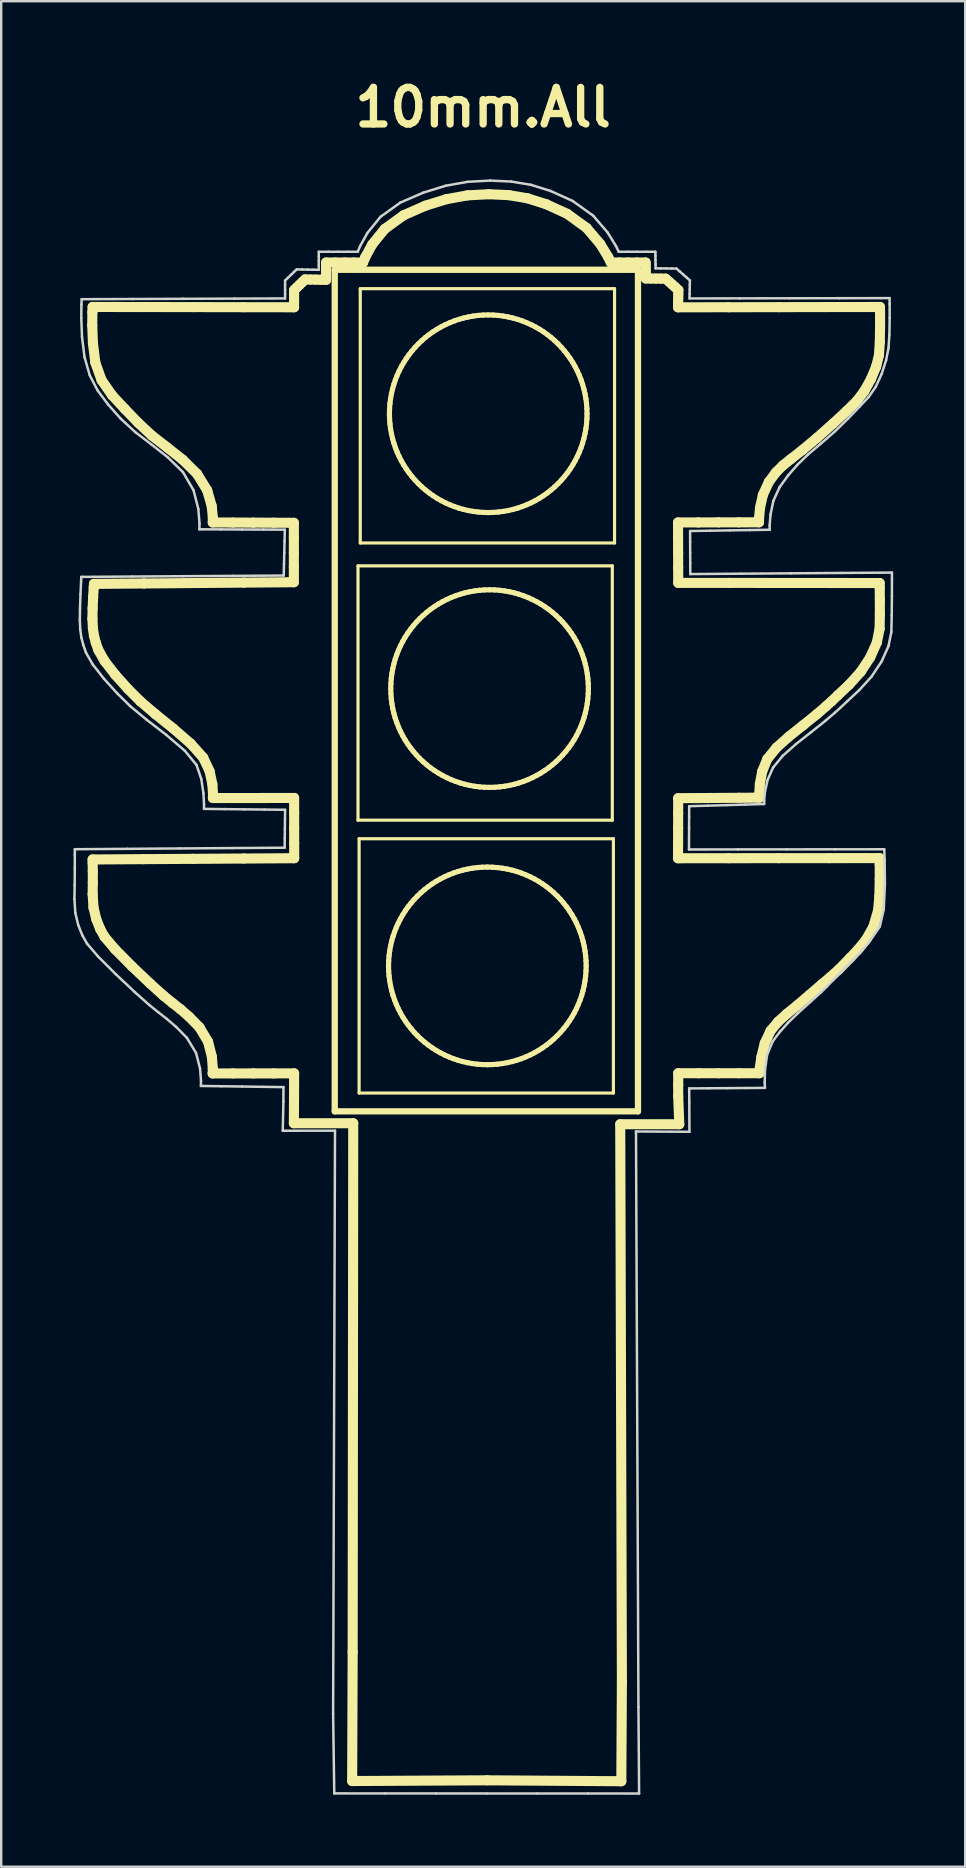
<source format=kicad_pcb>
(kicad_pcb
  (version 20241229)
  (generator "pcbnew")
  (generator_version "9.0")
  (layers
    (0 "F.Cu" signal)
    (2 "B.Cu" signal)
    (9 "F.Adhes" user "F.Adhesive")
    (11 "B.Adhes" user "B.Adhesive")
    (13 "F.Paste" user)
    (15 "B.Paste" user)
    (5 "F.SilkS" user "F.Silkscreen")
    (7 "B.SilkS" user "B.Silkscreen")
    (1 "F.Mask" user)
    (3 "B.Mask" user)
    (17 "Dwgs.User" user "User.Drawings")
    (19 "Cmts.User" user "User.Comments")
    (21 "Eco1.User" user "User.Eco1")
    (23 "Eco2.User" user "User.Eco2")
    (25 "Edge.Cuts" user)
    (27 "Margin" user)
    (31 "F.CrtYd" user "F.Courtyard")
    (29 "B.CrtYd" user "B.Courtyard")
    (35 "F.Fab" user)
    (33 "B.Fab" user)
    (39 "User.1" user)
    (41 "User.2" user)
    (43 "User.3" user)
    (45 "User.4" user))
  (footprint "10mm.All"
    (layer "F.Cu")
    (at 17.085 38.086)
    (property "Reference" "10mm.All" (at 0 -36.659 0) (layer "F.SilkS") (effects (font (size 1.524 1.524) (thickness 0.305))))
    (attr smd)
    (fp_line (start -16.291 -27.582) (end -16.262 -26.835) (stroke (width 0.42) (type solid)) (layer "F.SilkS"))
    (fp_line (start -16.285 -28.13) (end -16.291 -27.582) (stroke (width 0.42) (type solid)) (layer "F.SilkS"))
    (fp_line (start -16.283 -15.348) (end -16.264 -14.96) (stroke (width 0.42) (type solid)) (layer "F.SilkS"))
    (fp_line (start -16.275 -5.317) (end -16.273 -5.176) (stroke (width 0.42) (type solid)) (layer "F.SilkS"))
    (fp_line (start -16.275 -28.343) (end -16.285 -28.13) (stroke (width 0.42) (type solid)) (layer "F.SilkS"))
    (fp_line (start -16.275 -15.786) (end -16.283 -15.348) (stroke (width 0.42) (type solid)) (layer "F.SilkS"))
    (fp_line (start -16.274 -3.869) (end -16.239 -3.316) (stroke (width 0.42) (type solid)) (layer "F.SilkS"))
    (fp_line (start -16.273 -5.176) (end -16.268 -4.82) (stroke (width 0.42) (type solid)) (layer "F.SilkS"))
    (fp_line (start -16.268 -4.82) (end -16.267 -4.351) (stroke (width 0.42) (type solid)) (layer "F.SilkS"))
    (fp_line (start -16.267 -4.351) (end -16.274 -3.869) (stroke (width 0.42) (type solid)) (layer "F.SilkS"))
    (fp_line (start -16.264 -14.96) (end -16.219 -14.644) (stroke (width 0.42) (type solid)) (layer "F.SilkS"))
    (fp_line (start -16.262 -26.835) (end -16.162 -26.023) (stroke (width 0.42) (type solid)) (layer "F.SilkS"))
    (fp_line (start -16.253 -16.262) (end -16.275 -15.786) (stroke (width 0.42) (type solid)) (layer "F.SilkS"))
    (fp_line (start -16.239 -3.316) (end -16.122 -2.828) (stroke (width 0.42) (type solid)) (layer "F.SilkS"))
    (fp_line (start -16.229 -16.645) (end -16.253 -16.262) (stroke (width 0.42) (type solid)) (layer "F.SilkS"))
    (fp_line (start -16.219 -14.644) (end -16.144 -14.355) (stroke (width 0.42) (type solid)) (layer "F.SilkS"))
    (fp_line (start -16.219 -16.802) (end -16.229 -16.645) (stroke (width 0.42) (type solid)) (layer "F.SilkS"))
    (fp_line (start -16.162 -26.023) (end -15.901 -25.293) (stroke (width 0.42) (type solid)) (layer "F.SilkS"))
    (fp_line (start -16.144 -14.355) (end -16.038 -14.051) (stroke (width 0.42) (type solid)) (layer "F.SilkS"))
    (fp_line (start -16.122 -2.828) (end -15.957 -2.415) (stroke (width 0.42) (type solid)) (layer "F.SilkS"))
    (fp_line (start -16.038 -14.051) (end -15.772 -13.582) (stroke (width 0.42) (type solid)) (layer "F.SilkS"))
    (fp_line (start -15.957 -2.415) (end -15.774 -2.088) (stroke (width 0.42) (type solid)) (layer "F.SilkS"))
    (fp_line (start -15.901 -25.293) (end -15.464 -24.664) (stroke (width 0.42) (type solid)) (layer "F.SilkS"))
    (fp_line (start -15.774 -2.088) (end -15.34 -1.576) (stroke (width 0.42) (type solid)) (layer "F.SilkS"))
    (fp_line (start -15.772 -13.582) (end -15.327 -13.009) (stroke (width 0.42) (type solid)) (layer "F.SilkS"))
    (fp_line (start -15.464 -24.664) (end -14.93 -24.089) (stroke (width 0.42) (type solid)) (layer "F.SilkS"))
    (fp_line (start -15.34 -1.576) (end -14.629 -0.858) (stroke (width 0.42) (type solid)) (layer "F.SilkS"))
    (fp_line (start -15.327 -13.009) (end -14.799 -12.421) (stroke (width 0.42) (type solid)) (layer "F.SilkS"))
    (fp_line (start -14.93 -24.089) (end -14.38 -23.52) (stroke (width 0.42) (type solid)) (layer "F.SilkS"))
    (fp_line (start -14.799 -12.421) (end -14.281 -11.904) (stroke (width 0.42) (type solid)) (layer "F.SilkS"))
    (fp_line (start -14.629 -0.858) (end -13.875 -0.142) (stroke (width 0.42) (type solid)) (layer "F.SilkS"))
    (fp_line (start -14.38 -23.52) (end -13.802 -22.981) (stroke (width 0.42) (type solid)) (layer "F.SilkS"))
    (fp_line (start -14.281 -11.904) (end -13.67 -11.384) (stroke (width 0.42) (type solid)) (layer "F.SilkS"))
    (fp_line (start -14.176 -28.34) (end -16.275 -28.343) (stroke (width 0.42) (type solid)) (layer "F.SilkS"))
    (fp_line (start -14.175 -5.33) (end -16.275 -5.317) (stroke (width 0.42) (type solid)) (layer "F.SilkS"))
    (fp_line (start -14.136 -16.819) (end -16.219 -16.802) (stroke (width 0.42) (type solid)) (layer "F.SilkS"))
    (fp_line (start -13.875 -0.142) (end -13.311 0.367) (stroke (width 0.42) (type solid)) (layer "F.SilkS"))
    (fp_line (start -13.802 -22.981) (end -13.166 -22.489) (stroke (width 0.42) (type solid)) (layer "F.SilkS"))
    (fp_line (start -13.67 -11.384) (end -12.914 -10.774) (stroke (width 0.42) (type solid)) (layer "F.SilkS"))
    (fp_line (start -13.311 0.367) (end -12.949 0.66) (stroke (width 0.42) (type solid)) (layer "F.SilkS"))
    (fp_line (start -13.166 -22.489) (end -12.522 -21.978) (stroke (width 0.42) (type solid)) (layer "F.SilkS"))
    (fp_line (start -12.949 0.66) (end -12.615 0.922) (stroke (width 0.42) (type solid)) (layer "F.SilkS"))
    (fp_line (start -12.914 -10.774) (end -12.187 -10.144) (stroke (width 0.42) (type solid)) (layer "F.SilkS"))
    (fp_line (start -12.615 0.922) (end -12.257 1.235) (stroke (width 0.42) (type solid)) (layer "F.SilkS"))
    (fp_line (start -12.522 -21.978) (end -11.919 -21.384) (stroke (width 0.42) (type solid)) (layer "F.SilkS"))
    (fp_line (start -12.257 1.235) (end -11.823 1.678) (stroke (width 0.42) (type solid)) (layer "F.SilkS"))
    (fp_line (start -12.187 -10.144) (end -11.666 -9.561) (stroke (width 0.42) (type solid)) (layer "F.SilkS"))
    (fp_line (start -12.077 -28.337) (end -14.176 -28.34) (stroke (width 0.42) (type solid)) (layer "F.SilkS"))
    (fp_line (start -12.075 -5.343) (end -14.175 -5.33) (stroke (width 0.42) (type solid)) (layer "F.SilkS"))
    (fp_line (start -12.053 -16.837) (end -14.136 -16.819) (stroke (width 0.42) (type solid)) (layer "F.SilkS"))
    (fp_line (start -11.919 -21.384) (end -11.499 -20.698) (stroke (width 0.42) (type solid)) (layer "F.SilkS"))
    (fp_line (start -11.823 1.678) (end -11.463 2.28) (stroke (width 0.42) (type solid)) (layer "F.SilkS"))
    (fp_line (start -11.666 -9.561) (end -11.4 -8.997) (stroke (width 0.42) (type solid)) (layer "F.SilkS"))
    (fp_line (start -11.499 -20.698) (end -11.311 -20.044) (stroke (width 0.42) (type solid)) (layer "F.SilkS"))
    (fp_line (start -11.463 2.28) (end -11.304 2.908) (stroke (width 0.42) (type solid)) (layer "F.SilkS"))
    (fp_line (start -11.4 -8.997) (end -11.284 -8.452) (stroke (width 0.42) (type solid)) (layer "F.SilkS"))
    (fp_line (start -11.311 -20.044) (end -11.264 -19.554) (stroke (width 0.42) (type solid)) (layer "F.SilkS"))
    (fp_line (start -11.304 2.908) (end -11.266 3.401) (stroke (width 0.42) (type solid)) (layer "F.SilkS"))
    (fp_line (start -11.284 -8.452) (end -11.257 -8.04) (stroke (width 0.42) (type solid)) (layer "F.SilkS"))
    (fp_line (start -11.272 3.601) (end -10.423 3.6) (stroke (width 0.42) (type solid)) (layer "F.SilkS"))
    (fp_line (start -11.268 -19.362) (end -10.423 -19.358) (stroke (width 0.42) (type solid)) (layer "F.SilkS"))
    (fp_line (start -11.266 3.401) (end -11.272 3.601) (stroke (width 0.42) (type solid)) (layer "F.SilkS"))
    (fp_line (start -11.264 -19.554) (end -11.268 -19.362) (stroke (width 0.42) (type solid)) (layer "F.SilkS"))
    (fp_line (start -11.261 -7.877) (end -10.415 -7.878) (stroke (width 0.42) (type solid)) (layer "F.SilkS"))
    (fp_line (start -11.257 -8.04) (end -11.261 -7.877) (stroke (width 0.42) (type solid)) (layer "F.SilkS"))
    (fp_line (start -10.423 -19.358) (end -9.578 -19.355) (stroke (width 0.42) (type solid)) (layer "F.SilkS"))
    (fp_line (start -10.423 3.6) (end -9.575 3.599) (stroke (width 0.42) (type solid)) (layer "F.SilkS"))
    (fp_line (start -10.415 -7.878) (end -9.569 -7.878) (stroke (width 0.42) (type solid)) (layer "F.SilkS"))
    (fp_line (start -9.978 -28.333) (end -12.077 -28.337) (stroke (width 0.42) (type solid)) (layer "F.SilkS"))
    (fp_line (start -9.974 -5.356) (end -12.075 -5.343) (stroke (width 0.42) (type solid)) (layer "F.SilkS"))
    (fp_line (start -9.971 -16.855) (end -12.053 -16.837) (stroke (width 0.42) (type solid)) (layer "F.SilkS"))
    (fp_line (start -9.578 -19.355) (end -8.733 -19.351) (stroke (width 0.42) (type solid)) (layer "F.SilkS"))
    (fp_line (start -9.575 3.599) (end -8.726 3.599) (stroke (width 0.42) (type solid)) (layer "F.SilkS"))
    (fp_line (start -9.569 -7.878) (end -8.723 -7.879) (stroke (width 0.42) (type solid)) (layer "F.SilkS"))
    (fp_line (start -8.733 -19.351) (end -7.888 -19.347) (stroke (width 0.42) (type solid)) (layer "F.SilkS"))
    (fp_line (start -8.726 3.599) (end -7.877 3.598) (stroke (width 0.42) (type solid)) (layer "F.SilkS"))
    (fp_line (start -8.723 -7.879) (end -7.877 -7.88) (stroke (width 0.42) (type solid)) (layer "F.SilkS"))
    (fp_line (start -7.888 5.675) (end -5.414 5.676) (stroke (width 0.42) (type solid)) (layer "F.SilkS"))
    (fp_line (start -7.888 -19.347) (end -7.888 -18.729) (stroke (width 0.42) (type solid)) (layer "F.SilkS"))
    (fp_line (start -7.888 -18.729) (end -7.888 -18.11) (stroke (width 0.42) (type solid)) (layer "F.SilkS"))
    (fp_line (start -7.888 -18.11) (end -7.888 -17.491) (stroke (width 0.42) (type solid)) (layer "F.SilkS"))
    (fp_line (start -7.888 -17.491) (end -7.888 -16.872) (stroke (width 0.42) (type solid)) (layer "F.SilkS"))
    (fp_line (start -7.888 -16.872) (end -9.971 -16.855) (stroke (width 0.42) (type solid)) (layer "F.SilkS"))
    (fp_line (start -7.881 4.551) (end -7.888 5.675) (stroke (width 0.42) (type solid)) (layer "F.SilkS"))
    (fp_line (start -7.879 4.074) (end -7.881 4.551) (stroke (width 0.42) (type solid)) (layer "F.SilkS"))
    (fp_line (start -7.879 -29.045) (end -7.879 -28.867) (stroke (width 0.42) (type solid)) (layer "F.SilkS"))
    (fp_line (start -7.879 -28.867) (end -7.879 -28.688) (stroke (width 0.42) (type solid)) (layer "F.SilkS"))
    (fp_line (start -7.879 -28.688) (end -7.879 -28.509) (stroke (width 0.42) (type solid)) (layer "F.SilkS"))
    (fp_line (start -7.879 -28.509) (end -7.879 -28.33) (stroke (width 0.42) (type solid)) (layer "F.SilkS"))
    (fp_line (start -7.879 -28.33) (end -9.978 -28.333) (stroke (width 0.42) (type solid)) (layer "F.SilkS"))
    (fp_line (start -7.877 3.598) (end -7.879 4.074) (stroke (width 0.42) (type solid)) (layer "F.SilkS"))
    (fp_line (start -7.877 -7.88) (end -7.876 -7.252) (stroke (width 0.42) (type solid)) (layer "F.SilkS"))
    (fp_line (start -7.876 -7.252) (end -7.876 -6.625) (stroke (width 0.42) (type solid)) (layer "F.SilkS"))
    (fp_line (start -7.876 -6.625) (end -7.875 -5.997) (stroke (width 0.42) (type solid)) (layer "F.SilkS"))
    (fp_line (start -7.875 -5.997) (end -7.874 -5.369) (stroke (width 0.42) (type solid)) (layer "F.SilkS"))
    (fp_line (start -7.874 -5.369) (end -9.974 -5.356) (stroke (width 0.42) (type solid)) (layer "F.SilkS"))
    (fp_line (start -7.764 -29.157) (end -7.879 -29.045) (stroke (width 0.42) (type solid)) (layer "F.SilkS"))
    (fp_line (start -7.65 -29.268) (end -7.764 -29.157) (stroke (width 0.42) (type solid)) (layer "F.SilkS"))
    (fp_line (start -7.535 -29.379) (end -7.65 -29.268) (stroke (width 0.42) (type solid)) (layer "F.SilkS"))
    (fp_line (start -7.421 -29.49) (end -7.535 -29.379) (stroke (width 0.42) (type solid)) (layer "F.SilkS"))
    (fp_line (start -7.202 -29.486) (end -7.421 -29.49) (stroke (width 0.42) (type solid)) (layer "F.SilkS"))
    (fp_line (start -6.983 -29.482) (end -7.202 -29.486) (stroke (width 0.42) (type solid)) (layer "F.SilkS"))
    (fp_line (start -6.763 -29.478) (end -6.983 -29.482) (stroke (width 0.42) (type solid)) (layer "F.SilkS"))
    (fp_line (start -6.544 -30.196) (end -6.544 -30.015) (stroke (width 0.42) (type solid)) (layer "F.SilkS"))
    (fp_line (start -6.544 -30.015) (end -6.544 -29.835) (stroke (width 0.42) (type solid)) (layer "F.SilkS"))
    (fp_line (start -6.544 -29.835) (end -6.544 -29.655) (stroke (width 0.42) (type solid)) (layer "F.SilkS"))
    (fp_line (start -6.544 -29.655) (end -6.544 -29.474) (stroke (width 0.42) (type solid)) (layer "F.SilkS"))
    (fp_line (start -6.544 -29.474) (end -6.763 -29.478) (stroke (width 0.42) (type solid)) (layer "F.SilkS"))
    (fp_line (start -6.184 -29.893) (end 6.453 -29.893) (stroke (width 0.262) (type solid)) (layer "F.SilkS"))
    (fp_line (start -6.184 5.179) (end -6.184 -29.893) (stroke (width 0.262) (type solid)) (layer "F.SilkS"))
    (fp_line (start -6.159 -30.196) (end -6.544 -30.196) (stroke (width 0.42) (type solid)) (layer "F.SilkS"))
    (fp_line (start -5.773 -30.196) (end -6.159 -30.196) (stroke (width 0.42) (type solid)) (layer "F.SilkS"))
    (fp_line (start -5.458 33.09) (end 0.16 33.06) (stroke (width 0.42) (type solid)) (layer "F.SilkS"))
    (fp_line (start -5.437 27.71) (end -5.458 33.09) (stroke (width 0.42) (type solid)) (layer "F.SilkS"))
    (fp_line (start -5.414 5.676) (end -5.437 27.71) (stroke (width 0.42) (type solid)) (layer "F.SilkS"))
    (fp_line (start -5.388 -30.196) (end -5.773 -30.196) (stroke (width 0.42) (type solid)) (layer "F.SilkS"))
    (fp_line (start -5.215 -17.553) (end 5.383 -17.553) (stroke (width 0.132) (type solid)) (layer "F.SilkS"))
    (fp_line (start -5.215 -6.955) (end -5.215 -17.553) (stroke (width 0.132) (type solid)) (layer "F.SilkS"))
    (fp_line (start -5.169 -6.181) (end 5.429 -6.181) (stroke (width 0.132) (type solid)) (layer "F.SilkS"))
    (fp_line (start -5.169 4.417) (end -5.169 -6.181) (stroke (width 0.132) (type solid)) (layer "F.SilkS"))
    (fp_line (start -5.121 -29.105) (end 5.477 -29.105) (stroke (width 0.132) (type solid)) (layer "F.SilkS"))
    (fp_line (start -5.121 -18.507) (end -5.121 -29.105) (stroke (width 0.132) (type solid)) (layer "F.SilkS"))
    (fp_line (start -5.003 -30.196) (end -5.388 -30.196) (stroke (width 0.42) (type solid)) (layer "F.SilkS"))
    (fp_line (start -4.913 -30.416) (end -5.003 -30.196) (stroke (width 0.42) (type solid)) (layer "F.SilkS"))
    (fp_line (start -4.623 -30.948) (end -4.913 -30.416) (stroke (width 0.42) (type solid)) (layer "F.SilkS"))
    (fp_line (start -4.101 -31.595) (end -4.623 -30.948) (stroke (width 0.42) (type solid)) (layer "F.SilkS"))
    (fp_line (start -3.942 -0.882) (end -3.937 -1.094) (stroke (width 0.215) (type solid)) (layer "F.SilkS"))
    (fp_line (start -3.937 -1.094) (end -3.921 -1.303) (stroke (width 0.215) (type solid)) (layer "F.SilkS"))
    (fp_line (start -3.937 -0.67) (end -3.942 -0.882) (stroke (width 0.215) (type solid)) (layer "F.SilkS"))
    (fp_line (start -3.921 -1.303) (end -3.894 -1.509) (stroke (width 0.215) (type solid)) (layer "F.SilkS"))
    (fp_line (start -3.921 -0.461) (end -3.937 -0.67) (stroke (width 0.215) (type solid)) (layer "F.SilkS"))
    (fp_line (start -3.905 -23.893) (end -3.9 -24.105) (stroke (width 0.215) (type solid)) (layer "F.SilkS"))
    (fp_line (start -3.9 -24.105) (end -3.884 -24.314) (stroke (width 0.215) (type solid)) (layer "F.SilkS"))
    (fp_line (start -3.9 -23.681) (end -3.905 -23.893) (stroke (width 0.215) (type solid)) (layer "F.SilkS"))
    (fp_line (start -3.894 -1.509) (end -3.858 -1.712) (stroke (width 0.215) (type solid)) (layer "F.SilkS"))
    (fp_line (start -3.894 -0.255) (end -3.921 -0.461) (stroke (width 0.215) (type solid)) (layer "F.SilkS"))
    (fp_line (start -3.884 -24.314) (end -3.858 -24.52) (stroke (width 0.215) (type solid)) (layer "F.SilkS"))
    (fp_line (start -3.884 -23.472) (end -3.9 -23.681) (stroke (width 0.215) (type solid)) (layer "F.SilkS"))
    (fp_line (start -3.858 -1.712) (end -3.812 -1.911) (stroke (width 0.215) (type solid)) (layer "F.SilkS"))
    (fp_line (start -3.858 -0.052) (end -3.894 -0.255) (stroke (width 0.215) (type solid)) (layer "F.SilkS"))
    (fp_line (start -3.858 -24.52) (end -3.822 -24.723) (stroke (width 0.215) (type solid)) (layer "F.SilkS"))
    (fp_line (start -3.858 -23.266) (end -3.884 -23.472) (stroke (width 0.215) (type solid)) (layer "F.SilkS"))
    (fp_line (start -3.85 -12.438) (end -3.844 -12.65) (stroke (width 0.215) (type solid)) (layer "F.SilkS"))
    (fp_line (start -3.844 -12.65) (end -3.829 -12.859) (stroke (width 0.215) (type solid)) (layer "F.SilkS"))
    (fp_line (start -3.844 -12.227) (end -3.85 -12.438) (stroke (width 0.215) (type solid)) (layer "F.SilkS"))
    (fp_line (start -3.829 -12.859) (end -3.802 -13.066) (stroke (width 0.215) (type solid)) (layer "F.SilkS"))
    (fp_line (start -3.829 -12.017) (end -3.844 -12.227) (stroke (width 0.215) (type solid)) (layer "F.SilkS"))
    (fp_line (start -3.822 -24.723) (end -3.776 -24.922) (stroke (width 0.215) (type solid)) (layer "F.SilkS"))
    (fp_line (start -3.822 -23.063) (end -3.858 -23.266) (stroke (width 0.215) (type solid)) (layer "F.SilkS"))
    (fp_line (start -3.812 -1.911) (end -3.757 -2.106) (stroke (width 0.215) (type solid)) (layer "F.SilkS"))
    (fp_line (start -3.812 0.147) (end -3.858 -0.052) (stroke (width 0.215) (type solid)) (layer "F.SilkS"))
    (fp_line (start -3.802 -13.066) (end -3.766 -13.268) (stroke (width 0.215) (type solid)) (layer "F.SilkS"))
    (fp_line (start -3.802 -11.811) (end -3.829 -12.017) (stroke (width 0.215) (type solid)) (layer "F.SilkS"))
    (fp_line (start -3.776 -24.922) (end -3.72 -25.118) (stroke (width 0.215) (type solid)) (layer "F.SilkS"))
    (fp_line (start -3.776 -22.864) (end -3.822 -23.063) (stroke (width 0.215) (type solid)) (layer "F.SilkS"))
    (fp_line (start -3.766 -13.268) (end -3.72 -13.468) (stroke (width 0.215) (type solid)) (layer "F.SilkS"))
    (fp_line (start -3.766 -11.609) (end -3.802 -11.811) (stroke (width 0.215) (type solid)) (layer "F.SilkS"))
    (fp_line (start -3.757 -2.106) (end -3.692 -2.298) (stroke (width 0.215) (type solid)) (layer "F.SilkS"))
    (fp_line (start -3.757 0.343) (end -3.812 0.147) (stroke (width 0.215) (type solid)) (layer "F.SilkS"))
    (fp_line (start -3.72 -25.118) (end -3.656 -25.309) (stroke (width 0.215) (type solid)) (layer "F.SilkS"))
    (fp_line (start -3.72 -22.669) (end -3.776 -22.864) (stroke (width 0.215) (type solid)) (layer "F.SilkS"))
    (fp_line (start -3.72 -13.468) (end -3.665 -13.663) (stroke (width 0.215) (type solid)) (layer "F.SilkS"))
    (fp_line (start -3.72 -11.409) (end -3.766 -11.609) (stroke (width 0.215) (type solid)) (layer "F.SilkS"))
    (fp_line (start -3.692 -2.298) (end -3.618 -2.485) (stroke (width 0.215) (type solid)) (layer "F.SilkS"))
    (fp_line (start -3.692 0.534) (end -3.757 0.343) (stroke (width 0.215) (type solid)) (layer "F.SilkS"))
    (fp_line (start -3.665 -13.663) (end -3.6 -13.854) (stroke (width 0.215) (type solid)) (layer "F.SilkS"))
    (fp_line (start -3.665 -11.214) (end -3.72 -11.409) (stroke (width 0.215) (type solid)) (layer "F.SilkS"))
    (fp_line (start -3.656 -25.309) (end -3.582 -25.496) (stroke (width 0.215) (type solid)) (layer "F.SilkS"))
    (fp_line (start -3.656 -22.477) (end -3.72 -22.669) (stroke (width 0.215) (type solid)) (layer "F.SilkS"))
    (fp_line (start -3.618 -2.485) (end -3.536 -2.667) (stroke (width 0.215) (type solid)) (layer "F.SilkS"))
    (fp_line (start -3.618 0.721) (end -3.692 0.534) (stroke (width 0.215) (type solid)) (layer "F.SilkS"))
    (fp_line (start -3.6 -13.854) (end -3.526 -14.041) (stroke (width 0.215) (type solid)) (layer "F.SilkS"))
    (fp_line (start -3.6 -11.023) (end -3.665 -11.214) (stroke (width 0.215) (type solid)) (layer "F.SilkS"))
    (fp_line (start -3.582 -25.496) (end -3.499 -25.678) (stroke (width 0.215) (type solid)) (layer "F.SilkS"))
    (fp_line (start -3.582 -22.29) (end -3.656 -22.477) (stroke (width 0.215) (type solid)) (layer "F.SilkS"))
    (fp_line (start -3.536 -2.667) (end -3.445 -2.845) (stroke (width 0.215) (type solid)) (layer "F.SilkS"))
    (fp_line (start -3.536 0.903) (end -3.618 0.721) (stroke (width 0.215) (type solid)) (layer "F.SilkS"))
    (fp_line (start -3.526 -14.041) (end -3.444 -14.224) (stroke (width 0.215) (type solid)) (layer "F.SilkS"))
    (fp_line (start -3.526 -10.836) (end -3.6 -11.023) (stroke (width 0.215) (type solid)) (layer "F.SilkS"))
    (fp_line (start -3.499 -25.678) (end -3.408 -25.856) (stroke (width 0.215) (type solid)) (layer "F.SilkS"))
    (fp_line (start -3.499 -22.108) (end -3.582 -22.29) (stroke (width 0.215) (type solid)) (layer "F.SilkS"))
    (fp_line (start -3.445 -2.845) (end -3.346 -3.017) (stroke (width 0.215) (type solid)) (layer "F.SilkS"))
    (fp_line (start -3.445 1.081) (end -3.536 0.903) (stroke (width 0.215) (type solid)) (layer "F.SilkS"))
    (fp_line (start -3.444 -14.224) (end -3.353 -14.401) (stroke (width 0.215) (type solid)) (layer "F.SilkS"))
    (fp_line (start -3.444 -10.653) (end -3.526 -10.836) (stroke (width 0.215) (type solid)) (layer "F.SilkS"))
    (fp_line (start -3.408 -25.856) (end -3.309 -26.028) (stroke (width 0.215) (type solid)) (layer "F.SilkS"))
    (fp_line (start -3.408 -21.93) (end -3.499 -22.108) (stroke (width 0.215) (type solid)) (layer "F.SilkS"))
    (fp_line (start -3.353 -14.401) (end -3.254 -14.574) (stroke (width 0.215) (type solid)) (layer "F.SilkS"))
    (fp_line (start -3.353 -10.476) (end -3.444 -10.653) (stroke (width 0.215) (type solid)) (layer "F.SilkS"))
    (fp_line (start -3.346 -3.017) (end -3.239 -3.184) (stroke (width 0.215) (type solid)) (layer "F.SilkS"))
    (fp_line (start -3.346 1.253) (end -3.445 1.081) (stroke (width 0.215) (type solid)) (layer "F.SilkS"))
    (fp_line (start -3.316 -32.163) (end -4.101 -31.595) (stroke (width 0.42) (type solid)) (layer "F.SilkS"))
    (fp_line (start -3.309 -26.028) (end -3.202 -26.195) (stroke (width 0.215) (type solid)) (layer "F.SilkS"))
    (fp_line (start -3.309 -21.758) (end -3.408 -21.93) (stroke (width 0.215) (type solid)) (layer "F.SilkS"))
    (fp_line (start -3.254 -14.574) (end -3.147 -14.741) (stroke (width 0.215) (type solid)) (layer "F.SilkS"))
    (fp_line (start -3.254 -10.303) (end -3.353 -10.476) (stroke (width 0.215) (type solid)) (layer "F.SilkS"))
    (fp_line (start -3.239 -3.184) (end -3.124 -3.346) (stroke (width 0.215) (type solid)) (layer "F.SilkS"))
    (fp_line (start -3.239 1.42) (end -3.346 1.253) (stroke (width 0.215) (type solid)) (layer "F.SilkS"))
    (fp_line (start -3.202 -26.195) (end -3.087 -26.357) (stroke (width 0.215) (type solid)) (layer "F.SilkS"))
    (fp_line (start -3.202 -21.591) (end -3.309 -21.758) (stroke (width 0.215) (type solid)) (layer "F.SilkS"))
    (fp_line (start -3.147 -14.741) (end -3.032 -14.902) (stroke (width 0.215) (type solid)) (layer "F.SilkS"))
    (fp_line (start -3.147 -10.136) (end -3.254 -10.303) (stroke (width 0.215) (type solid)) (layer "F.SilkS"))
    (fp_line (start -3.124 -3.346) (end -3.002 -3.501) (stroke (width 0.215) (type solid)) (layer "F.SilkS"))
    (fp_line (start -3.124 1.582) (end -3.239 1.42) (stroke (width 0.215) (type solid)) (layer "F.SilkS"))
    (fp_line (start -3.087 -26.357) (end -2.965 -26.512) (stroke (width 0.215) (type solid)) (layer "F.SilkS"))
    (fp_line (start -3.087 -21.429) (end -3.202 -21.591) (stroke (width 0.215) (type solid)) (layer "F.SilkS"))
    (fp_line (start -3.032 -14.902) (end -2.909 -15.058) (stroke (width 0.215) (type solid)) (layer "F.SilkS"))
    (fp_line (start -3.032 -9.975) (end -3.147 -10.136) (stroke (width 0.215) (type solid)) (layer "F.SilkS"))
    (fp_line (start -3.002 -3.501) (end -2.872 -3.651) (stroke (width 0.215) (type solid)) (layer "F.SilkS"))
    (fp_line (start -3.002 1.737) (end -3.124 1.582) (stroke (width 0.215) (type solid)) (layer "F.SilkS"))
    (fp_line (start -2.965 -26.512) (end -2.836 -26.662) (stroke (width 0.215) (type solid)) (layer "F.SilkS"))
    (fp_line (start -2.965 -21.274) (end -3.087 -21.429) (stroke (width 0.215) (type solid)) (layer "F.SilkS"))
    (fp_line (start -2.909 -15.058) (end -2.78 -15.207) (stroke (width 0.215) (type solid)) (layer "F.SilkS"))
    (fp_line (start -2.909 -9.819) (end -3.032 -9.975) (stroke (width 0.215) (type solid)) (layer "F.SilkS"))
    (fp_line (start -2.872 -3.651) (end -2.736 -3.794) (stroke (width 0.215) (type solid)) (layer "F.SilkS"))
    (fp_line (start -2.872 1.887) (end -3.002 1.737) (stroke (width 0.215) (type solid)) (layer "F.SilkS"))
    (fp_line (start -2.836 -26.662) (end -2.699 -26.805) (stroke (width 0.215) (type solid)) (layer "F.SilkS"))
    (fp_line (start -2.836 -21.124) (end -2.965 -21.274) (stroke (width 0.215) (type solid)) (layer "F.SilkS"))
    (fp_line (start -2.78 -15.207) (end -2.644 -15.35) (stroke (width 0.215) (type solid)) (layer "F.SilkS"))
    (fp_line (start -2.78 -9.67) (end -2.909 -9.819) (stroke (width 0.215) (type solid)) (layer "F.SilkS"))
    (fp_line (start -2.736 -3.794) (end -2.593 -3.93) (stroke (width 0.215) (type solid)) (layer "F.SilkS"))
    (fp_line (start -2.736 2.03) (end -2.872 1.887) (stroke (width 0.215) (type solid)) (layer "F.SilkS"))
    (fp_line (start -2.699 -26.805) (end -2.556 -26.941) (stroke (width 0.215) (type solid)) (layer "F.SilkS"))
    (fp_line (start -2.699 -20.981) (end -2.836 -21.124) (stroke (width 0.215) (type solid)) (layer "F.SilkS"))
    (fp_line (start -2.644 -15.35) (end -2.501 -15.486) (stroke (width 0.215) (type solid)) (layer "F.SilkS"))
    (fp_line (start -2.644 -9.527) (end -2.78 -9.67) (stroke (width 0.215) (type solid)) (layer "F.SilkS"))
    (fp_line (start -2.593 -3.93) (end -2.443 -4.059) (stroke (width 0.215) (type solid)) (layer "F.SilkS"))
    (fp_line (start -2.593 2.166) (end -2.736 2.03) (stroke (width 0.215) (type solid)) (layer "F.SilkS"))
    (fp_line (start -2.556 -26.941) (end -2.407 -27.071) (stroke (width 0.215) (type solid)) (layer "F.SilkS"))
    (fp_line (start -2.556 -20.845) (end -2.699 -20.981) (stroke (width 0.215) (type solid)) (layer "F.SilkS"))
    (fp_line (start -2.501 -15.486) (end -2.351 -15.616) (stroke (width 0.215) (type solid)) (layer "F.SilkS"))
    (fp_line (start -2.501 -9.39) (end -2.644 -9.527) (stroke (width 0.215) (type solid)) (layer "F.SilkS"))
    (fp_line (start -2.443 -4.059) (end -2.288 -4.182) (stroke (width 0.215) (type solid)) (layer "F.SilkS"))
    (fp_line (start -2.443 2.296) (end -2.593 2.166) (stroke (width 0.215) (type solid)) (layer "F.SilkS"))
    (fp_line (start -2.408 -32.562) (end -3.316 -32.163) (stroke (width 0.42) (type solid)) (layer "F.SilkS"))
    (fp_line (start -2.407 -27.071) (end -2.251 -27.193) (stroke (width 0.215) (type solid)) (layer "F.SilkS"))
    (fp_line (start -2.407 -20.716) (end -2.556 -20.845) (stroke (width 0.215) (type solid)) (layer "F.SilkS"))
    (fp_line (start -2.351 -15.616) (end -2.196 -15.738) (stroke (width 0.215) (type solid)) (layer "F.SilkS"))
    (fp_line (start -2.351 -9.261) (end -2.501 -9.39) (stroke (width 0.215) (type solid)) (layer "F.SilkS"))
    (fp_line (start -2.288 -4.182) (end -2.126 -4.297) (stroke (width 0.215) (type solid)) (layer "F.SilkS"))
    (fp_line (start -2.288 2.418) (end -2.443 2.296) (stroke (width 0.215) (type solid)) (layer "F.SilkS"))
    (fp_line (start -2.251 -27.193) (end -2.09 -27.308) (stroke (width 0.215) (type solid)) (layer "F.SilkS"))
    (fp_line (start -2.251 -20.593) (end -2.407 -20.716) (stroke (width 0.215) (type solid)) (layer "F.SilkS"))
    (fp_line (start -2.196 -15.738) (end -2.034 -15.853) (stroke (width 0.215) (type solid)) (layer "F.SilkS"))
    (fp_line (start -2.196 -9.139) (end -2.351 -9.261) (stroke (width 0.215) (type solid)) (layer "F.SilkS"))
    (fp_line (start -2.126 2.533) (end -2.288 2.418) (stroke (width 0.215) (type solid)) (layer "F.SilkS"))
    (fp_line (start -2.126 -4.297) (end -1.959 -4.404) (stroke (width 0.215) (type solid)) (layer "F.SilkS"))
    (fp_line (start -2.09 -20.479) (end -2.251 -20.593) (stroke (width 0.215) (type solid)) (layer "F.SilkS"))
    (fp_line (start -2.09 -27.308) (end -1.923 -27.415) (stroke (width 0.215) (type solid)) (layer "F.SilkS"))
    (fp_line (start -2.034 -9.024) (end -2.196 -9.139) (stroke (width 0.215) (type solid)) (layer "F.SilkS"))
    (fp_line (start -2.034 -15.853) (end -1.867 -15.96) (stroke (width 0.215) (type solid)) (layer "F.SilkS"))
    (fp_line (start -1.959 -4.404) (end -1.787 -4.503) (stroke (width 0.215) (type solid)) (layer "F.SilkS"))
    (fp_line (start -1.959 2.64) (end -2.126 2.533) (stroke (width 0.215) (type solid)) (layer "F.SilkS"))
    (fp_line (start -1.923 -27.415) (end -1.75 -27.514) (stroke (width 0.215) (type solid)) (layer "F.SilkS"))
    (fp_line (start -1.923 -20.371) (end -2.09 -20.479) (stroke (width 0.215) (type solid)) (layer "F.SilkS"))
    (fp_line (start -1.867 -15.96) (end -1.695 -16.059) (stroke (width 0.215) (type solid)) (layer "F.SilkS"))
    (fp_line (start -1.867 -8.917) (end -2.034 -9.024) (stroke (width 0.215) (type solid)) (layer "F.SilkS"))
    (fp_line (start -1.787 -4.503) (end -1.609 -4.594) (stroke (width 0.215) (type solid)) (layer "F.SilkS"))
    (fp_line (start -1.787 2.739) (end -1.959 2.64) (stroke (width 0.215) (type solid)) (layer "F.SilkS"))
    (fp_line (start -1.75 -27.514) (end -1.573 -27.605) (stroke (width 0.215) (type solid)) (layer "F.SilkS"))
    (fp_line (start -1.75 -20.272) (end -1.923 -20.371) (stroke (width 0.215) (type solid)) (layer "F.SilkS"))
    (fp_line (start -1.695 -16.059) (end -1.517 -16.15) (stroke (width 0.215) (type solid)) (layer "F.SilkS"))
    (fp_line (start -1.695 -8.818) (end -1.867 -8.917) (stroke (width 0.215) (type solid)) (layer "F.SilkS"))
    (fp_line (start -1.609 -4.594) (end -1.427 -4.676) (stroke (width 0.215) (type solid)) (layer "F.SilkS"))
    (fp_line (start -1.609 2.83) (end -1.787 2.739) (stroke (width 0.215) (type solid)) (layer "F.SilkS"))
    (fp_line (start -1.573 -27.605) (end -1.39 -27.687) (stroke (width 0.215) (type solid)) (layer "F.SilkS"))
    (fp_line (start -1.573 -20.181) (end -1.75 -20.272) (stroke (width 0.215) (type solid)) (layer "F.SilkS"))
    (fp_line (start -1.524 -32.836) (end -2.408 -32.562) (stroke (width 0.42) (type solid)) (layer "F.SilkS"))
    (fp_line (start -1.517 -16.15) (end -1.335 -16.233) (stroke (width 0.215) (type solid)) (layer "F.SilkS"))
    (fp_line (start -1.517 -8.727) (end -1.695 -8.818) (stroke (width 0.215) (type solid)) (layer "F.SilkS"))
    (fp_line (start -1.427 -4.676) (end -1.24 -4.75) (stroke (width 0.215) (type solid)) (layer "F.SilkS"))
    (fp_line (start -1.427 2.912) (end -1.609 2.83) (stroke (width 0.215) (type solid)) (layer "F.SilkS"))
    (fp_line (start -1.39 -27.687) (end -1.203 -27.761) (stroke (width 0.215) (type solid)) (layer "F.SilkS"))
    (fp_line (start -1.39 -20.099) (end -1.573 -20.181) (stroke (width 0.215) (type solid)) (layer "F.SilkS"))
    (fp_line (start -1.335 -16.233) (end -1.148 -16.306) (stroke (width 0.215) (type solid)) (layer "F.SilkS"))
    (fp_line (start -1.335 -8.644) (end -1.517 -8.727) (stroke (width 0.215) (type solid)) (layer "F.SilkS"))
    (fp_line (start -1.24 -4.75) (end -1.049 -4.815) (stroke (width 0.215) (type solid)) (layer "F.SilkS"))
    (fp_line (start -1.24 2.986) (end -1.427 2.912) (stroke (width 0.215) (type solid)) (layer "F.SilkS"))
    (fp_line (start -1.203 -27.761) (end -1.012 -27.826) (stroke (width 0.215) (type solid)) (layer "F.SilkS"))
    (fp_line (start -1.203 -20.025) (end -1.39 -20.099) (stroke (width 0.215) (type solid)) (layer "F.SilkS"))
    (fp_line (start -1.148 -16.306) (end -0.956 -16.371) (stroke (width 0.215) (type solid)) (layer "F.SilkS"))
    (fp_line (start -1.148 -8.57) (end -1.335 -8.644) (stroke (width 0.215) (type solid)) (layer "F.SilkS"))
    (fp_line (start -1.049 -4.815) (end -0.853 -4.87) (stroke (width 0.215) (type solid)) (layer "F.SilkS"))
    (fp_line (start -1.049 3.051) (end -1.24 2.986) (stroke (width 0.215) (type solid)) (layer "F.SilkS"))
    (fp_line (start -1.012 -27.826) (end -0.817 -27.881) (stroke (width 0.215) (type solid)) (layer "F.SilkS"))
    (fp_line (start -1.012 -19.96) (end -1.203 -20.025) (stroke (width 0.215) (type solid)) (layer "F.SilkS"))
    (fp_line (start -0.956 -16.371) (end -0.761 -16.427) (stroke (width 0.215) (type solid)) (layer "F.SilkS"))
    (fp_line (start -0.956 -8.506) (end -1.148 -8.57) (stroke (width 0.215) (type solid)) (layer "F.SilkS"))
    (fp_line (start -0.853 -4.87) (end -0.654 -4.916) (stroke (width 0.215) (type solid)) (layer "F.SilkS"))
    (fp_line (start -0.853 3.106) (end -1.049 3.051) (stroke (width 0.215) (type solid)) (layer "F.SilkS"))
    (fp_line (start -0.817 -27.881) (end -0.618 -27.927) (stroke (width 0.215) (type solid)) (layer "F.SilkS"))
    (fp_line (start -0.817 -19.905) (end -1.012 -19.96) (stroke (width 0.215) (type solid)) (layer "F.SilkS"))
    (fp_line (start -0.761 -16.427) (end -0.562 -16.473) (stroke (width 0.215) (type solid)) (layer "F.SilkS"))
    (fp_line (start -0.761 -8.45) (end -0.956 -8.506) (stroke (width 0.215) (type solid)) (layer "F.SilkS"))
    (fp_line (start -0.654 -4.916) (end -0.451 -4.952) (stroke (width 0.215) (type solid)) (layer "F.SilkS"))
    (fp_line (start -0.654 3.152) (end -0.853 3.106) (stroke (width 0.215) (type solid)) (layer "F.SilkS"))
    (fp_line (start -0.649 -32.994) (end -1.524 -32.836) (stroke (width 0.42) (type solid)) (layer "F.SilkS"))
    (fp_line (start -0.618 -27.927) (end -0.415 -27.963) (stroke (width 0.215) (type solid)) (layer "F.SilkS"))
    (fp_line (start -0.618 -19.859) (end -0.817 -19.905) (stroke (width 0.215) (type solid)) (layer "F.SilkS"))
    (fp_line (start -0.562 -16.473) (end -0.359 -16.509) (stroke (width 0.215) (type solid)) (layer "F.SilkS"))
    (fp_line (start -0.562 -8.404) (end -0.761 -8.45) (stroke (width 0.215) (type solid)) (layer "F.SilkS"))
    (fp_line (start -0.451 -4.952) (end -0.245 -4.979) (stroke (width 0.215) (type solid)) (layer "F.SilkS"))
    (fp_line (start -0.451 3.188) (end -0.654 3.152) (stroke (width 0.215) (type solid)) (layer "F.SilkS"))
    (fp_line (start -0.415 -27.963) (end -0.209 -27.99) (stroke (width 0.215) (type solid)) (layer "F.SilkS"))
    (fp_line (start -0.415 -19.823) (end -0.618 -19.859) (stroke (width 0.215) (type solid)) (layer "F.SilkS"))
    (fp_line (start -0.359 -16.509) (end -0.153 -16.535) (stroke (width 0.215) (type solid)) (layer "F.SilkS"))
    (fp_line (start -0.359 -8.368) (end -0.562 -8.404) (stroke (width 0.215) (type solid)) (layer "F.SilkS"))
    (fp_line (start -0.245 -4.979) (end -0.036 -4.994) (stroke (width 0.215) (type solid)) (layer "F.SilkS"))
    (fp_line (start -0.245 3.215) (end -0.451 3.188) (stroke (width 0.215) (type solid)) (layer "F.SilkS"))
    (fp_line (start -0.209 -27.99) (end 0.000439 -28.006) (stroke (width 0.215) (type solid)) (layer "F.SilkS"))
    (fp_line (start -0.209 -19.797) (end -0.415 -19.823) (stroke (width 0.215) (type solid)) (layer "F.SilkS"))
    (fp_line (start -0.153 -16.535) (end 0.056 -16.551) (stroke (width 0.215) (type solid)) (layer "F.SilkS"))
    (fp_line (start -0.153 -8.342) (end -0.359 -8.368) (stroke (width 0.215) (type solid)) (layer "F.SilkS"))
    (fp_line (start -0.036 -4.994) (end 0.176 -5) (stroke (width 0.215) (type solid)) (layer "F.SilkS"))
    (fp_line (start -0.036 3.23) (end -0.245 3.215) (stroke (width 0.215) (type solid)) (layer "F.SilkS"))
    (fp_line (start 0.000439 -28.006) (end 0.212 -28.011) (stroke (width 0.215) (type solid)) (layer "F.SilkS"))
    (fp_line (start 0.000439 -19.781) (end -0.209 -19.797) (stroke (width 0.215) (type solid)) (layer "F.SilkS"))
    (fp_line (start 0.056 -16.551) (end 0.268 -16.556) (stroke (width 0.215) (type solid)) (layer "F.SilkS"))
    (fp_line (start 0.056 -8.326) (end -0.153 -8.342) (stroke (width 0.215) (type solid)) (layer "F.SilkS"))
    (fp_line (start 0.16 33.06) (end 5.759 33.099) (stroke (width 0.42) (type solid)) (layer "F.SilkS"))
    (fp_line (start 0.176 -5) (end 0.388 -4.994) (stroke (width 0.215) (type solid)) (layer "F.SilkS"))
    (fp_line (start 0.176 3.236) (end -0.036 3.23) (stroke (width 0.215) (type solid)) (layer "F.SilkS"))
    (fp_line (start 0.212 -28.011) (end 0.424 -28.006) (stroke (width 0.215) (type solid)) (layer "F.SilkS"))
    (fp_line (start 0.212 -19.775) (end 0.000439 -19.781) (stroke (width 0.215) (type solid)) (layer "F.SilkS"))
    (fp_line (start 0.235 -33.042) (end -0.649 -32.994) (stroke (width 0.42) (type solid)) (layer "F.SilkS"))
    (fp_line (start 0.268 -16.556) (end 0.48 -16.551) (stroke (width 0.215) (type solid)) (layer "F.SilkS"))
    (fp_line (start 0.268 -8.321) (end 0.056 -8.326) (stroke (width 0.215) (type solid)) (layer "F.SilkS"))
    (fp_line (start 0.388 -4.994) (end 0.597 -4.979) (stroke (width 0.215) (type solid)) (layer "F.SilkS"))
    (fp_line (start 0.388 3.23) (end 0.176 3.236) (stroke (width 0.215) (type solid)) (layer "F.SilkS"))
    (fp_line (start 0.424 -28.006) (end 0.633 -27.99) (stroke (width 0.215) (type solid)) (layer "F.SilkS"))
    (fp_line (start 0.424 -19.781) (end 0.212 -19.775) (stroke (width 0.215) (type solid)) (layer "F.SilkS"))
    (fp_line (start 0.48 -16.551) (end 0.689 -16.535) (stroke (width 0.215) (type solid)) (layer "F.SilkS"))
    (fp_line (start 0.48 -8.326) (end 0.268 -8.321) (stroke (width 0.215) (type solid)) (layer "F.SilkS"))
    (fp_line (start 0.597 -4.979) (end 0.803 -4.952) (stroke (width 0.215) (type solid)) (layer "F.SilkS"))
    (fp_line (start 0.597 3.215) (end 0.388 3.23) (stroke (width 0.215) (type solid)) (layer "F.SilkS"))
    (fp_line (start 0.633 -27.99) (end 0.839 -27.963) (stroke (width 0.215) (type solid)) (layer "F.SilkS"))
    (fp_line (start 0.633 -19.797) (end 0.424 -19.781) (stroke (width 0.215) (type solid)) (layer "F.SilkS"))
    (fp_line (start 0.689 -16.535) (end 0.895 -16.509) (stroke (width 0.215) (type solid)) (layer "F.SilkS"))
    (fp_line (start 0.689 -8.342) (end 0.48 -8.326) (stroke (width 0.215) (type solid)) (layer "F.SilkS"))
    (fp_line (start 0.803 -4.952) (end 1.006 -4.916) (stroke (width 0.215) (type solid)) (layer "F.SilkS"))
    (fp_line (start 0.803 3.188) (end 0.597 3.215) (stroke (width 0.215) (type solid)) (layer "F.SilkS"))
    (fp_line (start 0.839 -27.963) (end 1.042 -27.927) (stroke (width 0.215) (type solid)) (layer "F.SilkS"))
    (fp_line (start 0.839 -19.823) (end 0.633 -19.797) (stroke (width 0.215) (type solid)) (layer "F.SilkS"))
    (fp_line (start 0.895 -16.509) (end 1.098 -16.473) (stroke (width 0.215) (type solid)) (layer "F.SilkS"))
    (fp_line (start 0.895 -8.368) (end 0.689 -8.342) (stroke (width 0.215) (type solid)) (layer "F.SilkS"))
    (fp_line (start 1.006 -4.916) (end 1.205 -4.87) (stroke (width 0.215) (type solid)) (layer "F.SilkS"))
    (fp_line (start 1.006 3.152) (end 0.803 3.188) (stroke (width 0.215) (type solid)) (layer "F.SilkS"))
    (fp_line (start 1.042 -27.927) (end 1.241 -27.881) (stroke (width 0.215) (type solid)) (layer "F.SilkS"))
    (fp_line (start 1.042 -19.859) (end 0.839 -19.823) (stroke (width 0.215) (type solid)) (layer "F.SilkS"))
    (fp_line (start 1.072 -33.003) (end 0.235 -33.042) (stroke (width 0.42) (type solid)) (layer "F.SilkS"))
    (fp_line (start 1.098 -16.473) (end 1.297 -16.427) (stroke (width 0.215) (type solid)) (layer "F.SilkS"))
    (fp_line (start 1.098 -8.404) (end 0.895 -8.368) (stroke (width 0.215) (type solid)) (layer "F.SilkS"))
    (fp_line (start 1.205 -4.87) (end 1.4 -4.815) (stroke (width 0.215) (type solid)) (layer "F.SilkS"))
    (fp_line (start 1.205 3.106) (end 1.006 3.152) (stroke (width 0.215) (type solid)) (layer "F.SilkS"))
    (fp_line (start 1.241 -27.881) (end 1.437 -27.826) (stroke (width 0.215) (type solid)) (layer "F.SilkS"))
    (fp_line (start 1.241 -19.905) (end 1.042 -19.859) (stroke (width 0.215) (type solid)) (layer "F.SilkS"))
    (fp_line (start 1.297 -16.427) (end 1.493 -16.371) (stroke (width 0.215) (type solid)) (layer "F.SilkS"))
    (fp_line (start 1.297 -8.45) (end 1.098 -8.404) (stroke (width 0.215) (type solid)) (layer "F.SilkS"))
    (fp_line (start 1.4 -4.815) (end 1.592 -4.75) (stroke (width 0.215) (type solid)) (layer "F.SilkS"))
    (fp_line (start 1.4 3.051) (end 1.205 3.106) (stroke (width 0.215) (type solid)) (layer "F.SilkS"))
    (fp_line (start 1.437 -27.826) (end 1.628 -27.761) (stroke (width 0.215) (type solid)) (layer "F.SilkS"))
    (fp_line (start 1.437 -19.96) (end 1.241 -19.905) (stroke (width 0.215) (type solid)) (layer "F.SilkS"))
    (fp_line (start 1.493 -16.371) (end 1.684 -16.306) (stroke (width 0.215) (type solid)) (layer "F.SilkS"))
    (fp_line (start 1.493 -8.506) (end 1.297 -8.45) (stroke (width 0.215) (type solid)) (layer "F.SilkS"))
    (fp_line (start 1.592 -4.75) (end 1.779 -4.676) (stroke (width 0.215) (type solid)) (layer "F.SilkS"))
    (fp_line (start 1.592 2.986) (end 1.4 3.051) (stroke (width 0.215) (type solid)) (layer "F.SilkS"))
    (fp_line (start 1.628 -27.761) (end 1.815 -27.687) (stroke (width 0.215) (type solid)) (layer "F.SilkS"))
    (fp_line (start 1.628 -20.025) (end 1.437 -19.96) (stroke (width 0.215) (type solid)) (layer "F.SilkS"))
    (fp_line (start 1.684 -16.306) (end 1.871 -16.233) (stroke (width 0.215) (type solid)) (layer "F.SilkS"))
    (fp_line (start 1.684 -8.57) (end 1.493 -8.506) (stroke (width 0.215) (type solid)) (layer "F.SilkS"))
    (fp_line (start 1.779 -4.676) (end 1.961 -4.594) (stroke (width 0.215) (type solid)) (layer "F.SilkS"))
    (fp_line (start 1.779 2.912) (end 1.592 2.986) (stroke (width 0.215) (type solid)) (layer "F.SilkS"))
    (fp_line (start 1.815 -27.687) (end 1.998 -27.605) (stroke (width 0.215) (type solid)) (layer "F.SilkS"))
    (fp_line (start 1.815 -20.099) (end 1.628 -20.025) (stroke (width 0.215) (type solid)) (layer "F.SilkS"))
    (fp_line (start 1.846 -32.873) (end 1.072 -33.003) (stroke (width 0.42) (type solid)) (layer "F.SilkS"))
    (fp_line (start 1.871 -16.233) (end 2.053 -16.15) (stroke (width 0.215) (type solid)) (layer "F.SilkS"))
    (fp_line (start 1.871 -8.644) (end 1.684 -8.57) (stroke (width 0.215) (type solid)) (layer "F.SilkS"))
    (fp_line (start 1.961 -4.594) (end 2.139 -4.503) (stroke (width 0.215) (type solid)) (layer "F.SilkS"))
    (fp_line (start 1.961 2.83) (end 1.779 2.912) (stroke (width 0.215) (type solid)) (layer "F.SilkS"))
    (fp_line (start 1.998 -27.605) (end 2.175 -27.514) (stroke (width 0.215) (type solid)) (layer "F.SilkS"))
    (fp_line (start 1.998 -20.181) (end 1.815 -20.099) (stroke (width 0.215) (type solid)) (layer "F.SilkS"))
    (fp_line (start 2.053 -16.15) (end 2.231 -16.059) (stroke (width 0.215) (type solid)) (layer "F.SilkS"))
    (fp_line (start 2.053 -8.727) (end 1.871 -8.644) (stroke (width 0.215) (type solid)) (layer "F.SilkS"))
    (fp_line (start 2.139 -4.503) (end 2.311 -4.404) (stroke (width 0.215) (type solid)) (layer "F.SilkS"))
    (fp_line (start 2.139 2.739) (end 1.961 2.83) (stroke (width 0.215) (type solid)) (layer "F.SilkS"))
    (fp_line (start 2.175 -27.514) (end 2.348 -27.415) (stroke (width 0.215) (type solid)) (layer "F.SilkS"))
    (fp_line (start 2.175 -20.272) (end 1.998 -20.181) (stroke (width 0.215) (type solid)) (layer "F.SilkS"))
    (fp_line (start 2.231 -16.059) (end 2.403 -15.96) (stroke (width 0.215) (type solid)) (layer "F.SilkS"))
    (fp_line (start 2.231 -8.818) (end 2.053 -8.727) (stroke (width 0.215) (type solid)) (layer "F.SilkS"))
    (fp_line (start 2.311 -4.404) (end 2.478 -4.297) (stroke (width 0.215) (type solid)) (layer "F.SilkS"))
    (fp_line (start 2.311 2.64) (end 2.139 2.739) (stroke (width 0.215) (type solid)) (layer "F.SilkS"))
    (fp_line (start 2.348 -27.415) (end 2.515 -27.308) (stroke (width 0.215) (type solid)) (layer "F.SilkS"))
    (fp_line (start 2.348 -20.371) (end 2.175 -20.272) (stroke (width 0.215) (type solid)) (layer "F.SilkS"))
    (fp_line (start 2.403 -15.96) (end 2.57 -15.853) (stroke (width 0.215) (type solid)) (layer "F.SilkS"))
    (fp_line (start 2.403 -8.917) (end 2.231 -8.818) (stroke (width 0.215) (type solid)) (layer "F.SilkS"))
    (fp_line (start 2.478 -4.297) (end 2.64 -4.182) (stroke (width 0.215) (type solid)) (layer "F.SilkS"))
    (fp_line (start 2.478 2.533) (end 2.311 2.64) (stroke (width 0.215) (type solid)) (layer "F.SilkS"))
    (fp_line (start 2.515 -27.308) (end 2.676 -27.193) (stroke (width 0.215) (type solid)) (layer "F.SilkS"))
    (fp_line (start 2.515 -20.479) (end 2.348 -20.371) (stroke (width 0.215) (type solid)) (layer "F.SilkS"))
    (fp_line (start 2.57 -15.853) (end 2.732 -15.738) (stroke (width 0.215) (type solid)) (layer "F.SilkS"))
    (fp_line (start 2.57 -9.024) (end 2.403 -8.917) (stroke (width 0.215) (type solid)) (layer "F.SilkS"))
    (fp_line (start 2.63 -32.624) (end 1.846 -32.873) (stroke (width 0.42) (type solid)) (layer "F.SilkS"))
    (fp_line (start 2.64 -4.182) (end 2.795 -4.059) (stroke (width 0.215) (type solid)) (layer "F.SilkS"))
    (fp_line (start 2.64 2.418) (end 2.478 2.533) (stroke (width 0.215) (type solid)) (layer "F.SilkS"))
    (fp_line (start 2.676 -27.193) (end 2.832 -27.071) (stroke (width 0.215) (type solid)) (layer "F.SilkS"))
    (fp_line (start 2.676 -20.593) (end 2.515 -20.479) (stroke (width 0.215) (type solid)) (layer "F.SilkS"))
    (fp_line (start 2.732 -15.738) (end 2.887 -15.616) (stroke (width 0.215) (type solid)) (layer "F.SilkS"))
    (fp_line (start 2.732 -9.139) (end 2.57 -9.024) (stroke (width 0.215) (type solid)) (layer "F.SilkS"))
    (fp_line (start 2.795 -4.059) (end 2.945 -3.93) (stroke (width 0.215) (type solid)) (layer "F.SilkS"))
    (fp_line (start 2.795 2.296) (end 2.64 2.418) (stroke (width 0.215) (type solid)) (layer "F.SilkS"))
    (fp_line (start 2.832 -27.071) (end 2.981 -26.941) (stroke (width 0.215) (type solid)) (layer "F.SilkS"))
    (fp_line (start 2.832 -20.716) (end 2.676 -20.593) (stroke (width 0.215) (type solid)) (layer "F.SilkS"))
    (fp_line (start 2.887 -15.616) (end 3.037 -15.486) (stroke (width 0.215) (type solid)) (layer "F.SilkS"))
    (fp_line (start 2.887 -9.261) (end 2.732 -9.139) (stroke (width 0.215) (type solid)) (layer "F.SilkS"))
    (fp_line (start 2.945 -3.93) (end 3.088 -3.794) (stroke (width 0.215) (type solid)) (layer "F.SilkS"))
    (fp_line (start 2.945 2.166) (end 2.795 2.296) (stroke (width 0.215) (type solid)) (layer "F.SilkS"))
    (fp_line (start 2.981 -26.941) (end 3.124 -26.805) (stroke (width 0.215) (type solid)) (layer "F.SilkS"))
    (fp_line (start 2.981 -20.845) (end 2.832 -20.716) (stroke (width 0.215) (type solid)) (layer "F.SilkS"))
    (fp_line (start 3.037 -15.486) (end 3.18 -15.35) (stroke (width 0.215) (type solid)) (layer "F.SilkS"))
    (fp_line (start 3.037 -9.39) (end 2.887 -9.261) (stroke (width 0.215) (type solid)) (layer "F.SilkS"))
    (fp_line (start 3.088 -3.794) (end 3.224 -3.651) (stroke (width 0.215) (type solid)) (layer "F.SilkS"))
    (fp_line (start 3.088 2.03) (end 2.945 2.166) (stroke (width 0.215) (type solid)) (layer "F.SilkS"))
    (fp_line (start 3.124 -26.805) (end 3.26 -26.662) (stroke (width 0.215) (type solid)) (layer "F.SilkS"))
    (fp_line (start 3.124 -20.981) (end 2.981 -20.845) (stroke (width 0.215) (type solid)) (layer "F.SilkS"))
    (fp_line (start 3.18 -15.35) (end 3.316 -15.207) (stroke (width 0.215) (type solid)) (layer "F.SilkS"))
    (fp_line (start 3.18 -9.527) (end 3.037 -9.39) (stroke (width 0.215) (type solid)) (layer "F.SilkS"))
    (fp_line (start 3.224 -3.651) (end 3.353 -3.501) (stroke (width 0.215) (type solid)) (layer "F.SilkS"))
    (fp_line (start 3.224 1.887) (end 3.088 2.03) (stroke (width 0.215) (type solid)) (layer "F.SilkS"))
    (fp_line (start 3.26 -26.662) (end 3.39 -26.512) (stroke (width 0.215) (type solid)) (layer "F.SilkS"))
    (fp_line (start 3.26 -21.124) (end 3.124 -20.981) (stroke (width 0.215) (type solid)) (layer "F.SilkS"))
    (fp_line (start 3.316 -15.207) (end 3.446 -15.058) (stroke (width 0.215) (type solid)) (layer "F.SilkS"))
    (fp_line (start 3.316 -9.67) (end 3.18 -9.527) (stroke (width 0.215) (type solid)) (layer "F.SilkS"))
    (fp_line (start 3.353 -3.501) (end 3.476 -3.346) (stroke (width 0.215) (type solid)) (layer "F.SilkS"))
    (fp_line (start 3.353 1.737) (end 3.224 1.887) (stroke (width 0.215) (type solid)) (layer "F.SilkS"))
    (fp_line (start 3.39 -26.512) (end 3.512 -26.357) (stroke (width 0.215) (type solid)) (layer "F.SilkS"))
    (fp_line (start 3.39 -21.274) (end 3.26 -21.124) (stroke (width 0.215) (type solid)) (layer "F.SilkS"))
    (fp_line (start 3.446 -15.058) (end 3.568 -14.902) (stroke (width 0.215) (type solid)) (layer "F.SilkS"))
    (fp_line (start 3.446 -9.819) (end 3.316 -9.67) (stroke (width 0.215) (type solid)) (layer "F.SilkS"))
    (fp_line (start 3.476 -3.346) (end 3.59 -3.184) (stroke (width 0.215) (type solid)) (layer "F.SilkS"))
    (fp_line (start 3.476 1.582) (end 3.353 1.737) (stroke (width 0.215) (type solid)) (layer "F.SilkS"))
    (fp_line (start 3.499 -32.226) (end 2.63 -32.624) (stroke (width 0.42) (type solid)) (layer "F.SilkS"))
    (fp_line (start 3.512 -26.357) (end 3.627 -26.195) (stroke (width 0.215) (type solid)) (layer "F.SilkS"))
    (fp_line (start 3.512 -21.429) (end 3.39 -21.274) (stroke (width 0.215) (type solid)) (layer "F.SilkS"))
    (fp_line (start 3.568 -14.902) (end 3.683 -14.741) (stroke (width 0.215) (type solid)) (layer "F.SilkS"))
    (fp_line (start 3.568 -9.975) (end 3.446 -9.819) (stroke (width 0.215) (type solid)) (layer "F.SilkS"))
    (fp_line (start 3.59 -3.184) (end 3.698 -3.017) (stroke (width 0.215) (type solid)) (layer "F.SilkS"))
    (fp_line (start 3.59 1.42) (end 3.476 1.582) (stroke (width 0.215) (type solid)) (layer "F.SilkS"))
    (fp_line (start 3.627 -26.195) (end 3.734 -26.028) (stroke (width 0.215) (type solid)) (layer "F.SilkS"))
    (fp_line (start 3.627 -21.591) (end 3.512 -21.429) (stroke (width 0.215) (type solid)) (layer "F.SilkS"))
    (fp_line (start 3.683 -14.741) (end 3.79 -14.574) (stroke (width 0.215) (type solid)) (layer "F.SilkS"))
    (fp_line (start 3.683 -10.136) (end 3.568 -9.975) (stroke (width 0.215) (type solid)) (layer "F.SilkS"))
    (fp_line (start 3.698 -3.017) (end 3.797 -2.845) (stroke (width 0.215) (type solid)) (layer "F.SilkS"))
    (fp_line (start 3.698 1.253) (end 3.59 1.42) (stroke (width 0.215) (type solid)) (layer "F.SilkS"))
    (fp_line (start 3.734 -26.028) (end 3.833 -25.856) (stroke (width 0.215) (type solid)) (layer "F.SilkS"))
    (fp_line (start 3.734 -21.758) (end 3.627 -21.591) (stroke (width 0.215) (type solid)) (layer "F.SilkS"))
    (fp_line (start 3.79 -14.574) (end 3.889 -14.401) (stroke (width 0.215) (type solid)) (layer "F.SilkS"))
    (fp_line (start 3.79 -10.303) (end 3.683 -10.136) (stroke (width 0.215) (type solid)) (layer "F.SilkS"))
    (fp_line (start 3.797 -2.845) (end 3.888 -2.667) (stroke (width 0.215) (type solid)) (layer "F.SilkS"))
    (fp_line (start 3.797 1.081) (end 3.698 1.253) (stroke (width 0.215) (type solid)) (layer "F.SilkS"))
    (fp_line (start 3.833 -25.856) (end 3.924 -25.678) (stroke (width 0.215) (type solid)) (layer "F.SilkS"))
    (fp_line (start 3.833 -21.93) (end 3.734 -21.758) (stroke (width 0.215) (type solid)) (layer "F.SilkS"))
    (fp_line (start 3.888 -2.667) (end 3.97 -2.485) (stroke (width 0.215) (type solid)) (layer "F.SilkS"))
    (fp_line (start 3.888 0.903) (end 3.797 1.081) (stroke (width 0.215) (type solid)) (layer "F.SilkS"))
    (fp_line (start 3.889 -14.401) (end 3.98 -14.224) (stroke (width 0.215) (type solid)) (layer "F.SilkS"))
    (fp_line (start 3.889 -10.476) (end 3.79 -10.303) (stroke (width 0.215) (type solid)) (layer "F.SilkS"))
    (fp_line (start 3.924 -25.678) (end 4.007 -25.496) (stroke (width 0.215) (type solid)) (layer "F.SilkS"))
    (fp_line (start 3.924 -22.108) (end 3.833 -21.93) (stroke (width 0.215) (type solid)) (layer "F.SilkS"))
    (fp_line (start 3.97 -2.485) (end 4.044 -2.298) (stroke (width 0.215) (type solid)) (layer "F.SilkS"))
    (fp_line (start 3.97 0.721) (end 3.888 0.903) (stroke (width 0.215) (type solid)) (layer "F.SilkS"))
    (fp_line (start 3.98 -14.224) (end 4.062 -14.041) (stroke (width 0.215) (type solid)) (layer "F.SilkS"))
    (fp_line (start 3.98 -10.653) (end 3.889 -10.476) (stroke (width 0.215) (type solid)) (layer "F.SilkS"))
    (fp_line (start 4.007 -25.496) (end 4.08 -25.309) (stroke (width 0.215) (type solid)) (layer "F.SilkS"))
    (fp_line (start 4.007 -22.29) (end 3.924 -22.108) (stroke (width 0.215) (type solid)) (layer "F.SilkS"))
    (fp_line (start 4.044 -2.298) (end 4.109 -2.106) (stroke (width 0.215) (type solid)) (layer "F.SilkS"))
    (fp_line (start 4.044 0.534) (end 3.97 0.721) (stroke (width 0.215) (type solid)) (layer "F.SilkS"))
    (fp_line (start 4.062 -14.041) (end 4.136 -13.854) (stroke (width 0.215) (type solid)) (layer "F.SilkS"))
    (fp_line (start 4.062 -10.836) (end 3.98 -10.653) (stroke (width 0.215) (type solid)) (layer "F.SilkS"))
    (fp_line (start 4.08 -25.309) (end 4.145 -25.118) (stroke (width 0.215) (type solid)) (layer "F.SilkS"))
    (fp_line (start 4.08 -22.477) (end 4.007 -22.29) (stroke (width 0.215) (type solid)) (layer "F.SilkS"))
    (fp_line (start 4.109 -2.106) (end 4.164 -1.911) (stroke (width 0.215) (type solid)) (layer "F.SilkS"))
    (fp_line (start 4.109 0.343) (end 4.044 0.534) (stroke (width 0.215) (type solid)) (layer "F.SilkS"))
    (fp_line (start 4.136 -13.854) (end 4.201 -13.663) (stroke (width 0.215) (type solid)) (layer "F.SilkS"))
    (fp_line (start 4.136 -11.023) (end 4.062 -10.836) (stroke (width 0.215) (type solid)) (layer "F.SilkS"))
    (fp_line (start 4.145 -25.118) (end 4.2 -24.922) (stroke (width 0.215) (type solid)) (layer "F.SilkS"))
    (fp_line (start 4.145 -22.669) (end 4.08 -22.477) (stroke (width 0.215) (type solid)) (layer "F.SilkS"))
    (fp_line (start 4.164 -1.911) (end 4.21 -1.712) (stroke (width 0.215) (type solid)) (layer "F.SilkS"))
    (fp_line (start 4.164 0.147) (end 4.109 0.343) (stroke (width 0.215) (type solid)) (layer "F.SilkS"))
    (fp_line (start 4.2 -24.922) (end 4.246 -24.723) (stroke (width 0.215) (type solid)) (layer "F.SilkS"))
    (fp_line (start 4.2 -22.864) (end 4.145 -22.669) (stroke (width 0.215) (type solid)) (layer "F.SilkS"))
    (fp_line (start 4.201 -13.663) (end 4.256 -13.468) (stroke (width 0.215) (type solid)) (layer "F.SilkS"))
    (fp_line (start 4.201 -11.214) (end 4.136 -11.023) (stroke (width 0.215) (type solid)) (layer "F.SilkS"))
    (fp_line (start 4.21 -1.712) (end 4.246 -1.509) (stroke (width 0.215) (type solid)) (layer "F.SilkS"))
    (fp_line (start 4.21 -0.052) (end 4.164 0.147) (stroke (width 0.215) (type solid)) (layer "F.SilkS"))
    (fp_line (start 4.246 -1.509) (end 4.272 -1.303) (stroke (width 0.215) (type solid)) (layer "F.SilkS"))
    (fp_line (start 4.246 -0.255) (end 4.21 -0.052) (stroke (width 0.215) (type solid)) (layer "F.SilkS"))
    (fp_line (start 4.246 -24.723) (end 4.283 -24.52) (stroke (width 0.215) (type solid)) (layer "F.SilkS"))
    (fp_line (start 4.246 -23.063) (end 4.2 -22.864) (stroke (width 0.215) (type solid)) (layer "F.SilkS"))
    (fp_line (start 4.256 -13.468) (end 4.302 -13.268) (stroke (width 0.215) (type solid)) (layer "F.SilkS"))
    (fp_line (start 4.256 -11.409) (end 4.201 -11.214) (stroke (width 0.215) (type solid)) (layer "F.SilkS"))
    (fp_line (start 4.272 -1.303) (end 4.288 -1.094) (stroke (width 0.215) (type solid)) (layer "F.SilkS"))
    (fp_line (start 4.272 -0.461) (end 4.246 -0.255) (stroke (width 0.215) (type solid)) (layer "F.SilkS"))
    (fp_line (start 4.283 -24.52) (end 4.309 -24.314) (stroke (width 0.215) (type solid)) (layer "F.SilkS"))
    (fp_line (start 4.283 -23.266) (end 4.246 -23.063) (stroke (width 0.215) (type solid)) (layer "F.SilkS"))
    (fp_line (start 4.288 -1.094) (end 4.294 -0.882) (stroke (width 0.215) (type solid)) (layer "F.SilkS"))
    (fp_line (start 4.288 -0.67) (end 4.272 -0.461) (stroke (width 0.215) (type solid)) (layer "F.SilkS"))
    (fp_line (start 4.294 -0.882) (end 4.288 -0.67) (stroke (width 0.215) (type solid)) (layer "F.SilkS"))
    (fp_line (start 4.302 -13.268) (end 4.338 -13.066) (stroke (width 0.215) (type solid)) (layer "F.SilkS"))
    (fp_line (start 4.302 -11.609) (end 4.256 -11.409) (stroke (width 0.215) (type solid)) (layer "F.SilkS"))
    (fp_line (start 4.309 -24.314) (end 4.325 -24.105) (stroke (width 0.215) (type solid)) (layer "F.SilkS"))
    (fp_line (start 4.309 -23.472) (end 4.283 -23.266) (stroke (width 0.215) (type solid)) (layer "F.SilkS"))
    (fp_line (start 4.311 -31.638) (end 3.499 -32.226) (stroke (width 0.42) (type solid)) (layer "F.SilkS"))
    (fp_line (start 4.325 -24.105) (end 4.33 -23.893) (stroke (width 0.215) (type solid)) (layer "F.SilkS"))
    (fp_line (start 4.325 -23.681) (end 4.309 -23.472) (stroke (width 0.215) (type solid)) (layer "F.SilkS"))
    (fp_line (start 4.33 -23.893) (end 4.325 -23.681) (stroke (width 0.215) (type solid)) (layer "F.SilkS"))
    (fp_line (start 4.338 -13.066) (end 4.365 -12.859) (stroke (width 0.215) (type solid)) (layer "F.SilkS"))
    (fp_line (start 4.338 -11.811) (end 4.302 -11.609) (stroke (width 0.215) (type solid)) (layer "F.SilkS"))
    (fp_line (start 4.365 -12.859) (end 4.38 -12.65) (stroke (width 0.215) (type solid)) (layer "F.SilkS"))
    (fp_line (start 4.365 -12.017) (end 4.338 -11.811) (stroke (width 0.215) (type solid)) (layer "F.SilkS"))
    (fp_line (start 4.38 -12.65) (end 4.386 -12.438) (stroke (width 0.215) (type solid)) (layer "F.SilkS"))
    (fp_line (start 4.38 -12.227) (end 4.365 -12.017) (stroke (width 0.215) (type solid)) (layer "F.SilkS"))
    (fp_line (start 4.386 -12.438) (end 4.38 -12.227) (stroke (width 0.215) (type solid)) (layer "F.SilkS"))
    (fp_line (start 4.879 -30.97) (end 4.311 -31.638) (stroke (width 0.42) (type solid)) (layer "F.SilkS"))
    (fp_line (start 5.213 -30.422) (end 4.879 -30.97) (stroke (width 0.42) (type solid)) (layer "F.SilkS"))
    (fp_line (start 5.322 -30.196) (end 5.213 -30.422) (stroke (width 0.42) (type solid)) (layer "F.SilkS"))
    (fp_line (start 5.383 -17.553) (end 5.383 -6.955) (stroke (width 0.132) (type solid)) (layer "F.SilkS"))
    (fp_line (start 5.383 -6.955) (end -5.215 -6.955) (stroke (width 0.132) (type solid)) (layer "F.SilkS"))
    (fp_line (start 5.429 -6.181) (end 5.429 4.417) (stroke (width 0.132) (type solid)) (layer "F.SilkS"))
    (fp_line (start 5.429 4.417) (end -5.169 4.417) (stroke (width 0.132) (type solid)) (layer "F.SilkS"))
    (fp_line (start 5.477 -29.105) (end 5.477 -18.507) (stroke (width 0.132) (type solid)) (layer "F.SilkS"))
    (fp_line (start 5.477 -18.507) (end -5.121 -18.507) (stroke (width 0.132) (type solid)) (layer "F.SilkS"))
    (fp_line (start 5.685 -30.196) (end 5.322 -30.196) (stroke (width 0.42) (type solid)) (layer "F.SilkS"))
    (fp_line (start 5.714 5.718) (end 8.174 5.717) (stroke (width 0.42) (type solid)) (layer "F.SilkS"))
    (fp_line (start 5.759 33.099) (end 5.783 28.967) (stroke (width 0.42) (type solid)) (layer "F.SilkS"))
    (fp_line (start 5.783 28.967) (end 5.714 5.718) (stroke (width 0.42) (type solid)) (layer "F.SilkS"))
    (fp_line (start 6.047 -30.196) (end 5.685 -30.196) (stroke (width 0.42) (type solid)) (layer "F.SilkS"))
    (fp_line (start 6.41 -30.196) (end 6.047 -30.196) (stroke (width 0.42) (type solid)) (layer "F.SilkS"))
    (fp_line (start 6.453 -29.893) (end 6.453 5.179) (stroke (width 0.262) (type solid)) (layer "F.SilkS"))
    (fp_line (start 6.453 5.179) (end -6.184 5.179) (stroke (width 0.262) (type solid)) (layer "F.SilkS"))
    (fp_line (start 6.772 -30.196) (end 6.41 -30.196) (stroke (width 0.42) (type solid)) (layer "F.SilkS"))
    (fp_line (start 6.774 -30.028) (end 6.772 -30.196) (stroke (width 0.42) (type solid)) (layer "F.SilkS"))
    (fp_line (start 6.776 -29.862) (end 6.774 -30.028) (stroke (width 0.42) (type solid)) (layer "F.SilkS"))
    (fp_line (start 6.778 -29.696) (end 6.776 -29.862) (stroke (width 0.42) (type solid)) (layer "F.SilkS"))
    (fp_line (start 6.779 -29.53) (end 6.778 -29.696) (stroke (width 0.42) (type solid)) (layer "F.SilkS"))
    (fp_line (start 6.986 -29.528) (end 6.779 -29.53) (stroke (width 0.42) (type solid)) (layer "F.SilkS"))
    (fp_line (start 7.193 -29.526) (end 6.986 -29.528) (stroke (width 0.42) (type solid)) (layer "F.SilkS"))
    (fp_line (start 7.4 -29.525) (end 7.193 -29.526) (stroke (width 0.42) (type solid)) (layer "F.SilkS"))
    (fp_line (start 7.607 -29.523) (end 7.4 -29.525) (stroke (width 0.42) (type solid)) (layer "F.SilkS"))
    (fp_line (start 7.739 -29.405) (end 7.607 -29.523) (stroke (width 0.42) (type solid)) (layer "F.SilkS"))
    (fp_line (start 7.872 -29.286) (end 7.739 -29.405) (stroke (width 0.42) (type solid)) (layer "F.SilkS"))
    (fp_line (start 8.005 -29.168) (end 7.872 -29.286) (stroke (width 0.42) (type solid)) (layer "F.SilkS"))
    (fp_line (start 8.123 -5.367) (end 8.125 -5.993) (stroke (width 0.42) (type solid)) (layer "F.SilkS"))
    (fp_line (start 8.123 -28.328) (end 8.127 -28.509) (stroke (width 0.42) (type solid)) (layer "F.SilkS"))
    (fp_line (start 8.123 -19.362) (end 8.967 -19.363) (stroke (width 0.42) (type solid)) (layer "F.SilkS"))
    (fp_line (start 8.125 -5.993) (end 8.127 -6.619) (stroke (width 0.42) (type solid)) (layer "F.SilkS"))
    (fp_line (start 8.125 -18.732) (end 8.123 -19.362) (stroke (width 0.42) (type solid)) (layer "F.SilkS"))
    (fp_line (start 8.127 -6.619) (end 8.128 -7.245) (stroke (width 0.42) (type solid)) (layer "F.SilkS"))
    (fp_line (start 8.127 -28.509) (end 8.13 -28.689) (stroke (width 0.42) (type solid)) (layer "F.SilkS"))
    (fp_line (start 8.127 -18.103) (end 8.125 -18.732) (stroke (width 0.42) (type solid)) (layer "F.SilkS"))
    (fp_line (start 8.128 -7.245) (end 8.13 -7.871) (stroke (width 0.42) (type solid)) (layer "F.SilkS"))
    (fp_line (start 8.129 -17.474) (end 8.127 -18.103) (stroke (width 0.42) (type solid)) (layer "F.SilkS"))
    (fp_line (start 8.13 3.593) (end 8.975 3.593) (stroke (width 0.42) (type solid)) (layer "F.SilkS"))
    (fp_line (start 8.13 4.073) (end 8.13 3.593) (stroke (width 0.42) (type solid)) (layer "F.SilkS"))
    (fp_line (start 8.13 4.552) (end 8.13 4.073) (stroke (width 0.42) (type solid)) (layer "F.SilkS"))
    (fp_line (start 8.13 -28.689) (end 8.134 -28.869) (stroke (width 0.42) (type solid)) (layer "F.SilkS"))
    (fp_line (start 8.13 -7.871) (end 8.975 -7.876) (stroke (width 0.42) (type solid)) (layer "F.SilkS"))
    (fp_line (start 8.131 -16.844) (end 8.129 -17.474) (stroke (width 0.42) (type solid)) (layer "F.SilkS"))
    (fp_line (start 8.134 -28.869) (end 8.137 -29.049) (stroke (width 0.42) (type solid)) (layer "F.SilkS"))
    (fp_line (start 8.137 -29.049) (end 8.005 -29.168) (stroke (width 0.42) (type solid)) (layer "F.SilkS"))
    (fp_line (start 8.174 5.717) (end 8.13 4.552) (stroke (width 0.42) (type solid)) (layer "F.SilkS"))
    (fp_line (start 8.967 -19.363) (end 9.81 -19.365) (stroke (width 0.42) (type solid)) (layer "F.SilkS"))
    (fp_line (start 8.975 3.593) (end 9.82 3.593) (stroke (width 0.42) (type solid)) (layer "F.SilkS"))
    (fp_line (start 8.975 -7.876) (end 9.82 -7.881) (stroke (width 0.42) (type solid)) (layer "F.SilkS"))
    (fp_line (start 9.81 -19.365) (end 10.653 -19.367) (stroke (width 0.42) (type solid)) (layer "F.SilkS"))
    (fp_line (start 9.82 3.593) (end 10.665 3.593) (stroke (width 0.42) (type solid)) (layer "F.SilkS"))
    (fp_line (start 9.82 -7.881) (end 10.666 -7.887) (stroke (width 0.42) (type solid)) (layer "F.SilkS"))
    (fp_line (start 10.223 -5.369) (end 8.123 -5.367) (stroke (width 0.42) (type solid)) (layer "F.SilkS"))
    (fp_line (start 10.227 -28.332) (end 8.123 -28.328) (stroke (width 0.42) (type solid)) (layer "F.SilkS"))
    (fp_line (start 10.229 -16.843) (end 8.131 -16.844) (stroke (width 0.42) (type solid)) (layer "F.SilkS"))
    (fp_line (start 10.653 -19.367) (end 11.497 -19.368) (stroke (width 0.42) (type solid)) (layer "F.SilkS"))
    (fp_line (start 10.665 3.593) (end 11.51 3.593) (stroke (width 0.42) (type solid)) (layer "F.SilkS"))
    (fp_line (start 10.666 -7.887) (end 11.511 -7.892) (stroke (width 0.42) (type solid)) (layer "F.SilkS"))
    (fp_line (start 11.497 -19.368) (end 11.499 -19.538) (stroke (width 0.42) (type solid)) (layer "F.SilkS"))
    (fp_line (start 11.499 -19.538) (end 11.538 -19.961) (stroke (width 0.42) (type solid)) (layer "F.SilkS"))
    (fp_line (start 11.509 -8.055) (end 11.533 -8.461) (stroke (width 0.42) (type solid)) (layer "F.SilkS"))
    (fp_line (start 11.51 3.593) (end 11.527 3.397) (stroke (width 0.42) (type solid)) (layer "F.SilkS"))
    (fp_line (start 11.511 -7.892) (end 11.509 -8.055) (stroke (width 0.42) (type solid)) (layer "F.SilkS"))
    (fp_line (start 11.527 3.397) (end 11.594 2.923) (stroke (width 0.42) (type solid)) (layer "F.SilkS"))
    (fp_line (start 11.533 -8.461) (end 11.63 -8.986) (stroke (width 0.42) (type solid)) (layer "F.SilkS"))
    (fp_line (start 11.538 -19.961) (end 11.658 -20.509) (stroke (width 0.42) (type solid)) (layer "F.SilkS"))
    (fp_line (start 11.594 2.923) (end 11.736 2.342) (stroke (width 0.42) (type solid)) (layer "F.SilkS"))
    (fp_line (start 11.63 -8.986) (end 11.843 -9.504) (stroke (width 0.42) (type solid)) (layer "F.SilkS"))
    (fp_line (start 11.658 -20.509) (end 11.907 -21.051) (stroke (width 0.42) (type solid)) (layer "F.SilkS"))
    (fp_line (start 11.736 2.342) (end 11.977 1.825) (stroke (width 0.42) (type solid)) (layer "F.SilkS"))
    (fp_line (start 11.843 -9.504) (end 12.226 -9.977) (stroke (width 0.42) (type solid)) (layer "F.SilkS"))
    (fp_line (start 11.907 -21.051) (end 12.208 -21.455) (stroke (width 0.42) (type solid)) (layer "F.SilkS"))
    (fp_line (start 11.977 1.825) (end 12.292 1.447) (stroke (width 0.42) (type solid)) (layer "F.SilkS"))
    (fp_line (start 12.208 -21.455) (end 12.497 -21.742) (stroke (width 0.42) (type solid)) (layer "F.SilkS"))
    (fp_line (start 12.226 -9.977) (end 12.75 -10.445) (stroke (width 0.42) (type solid)) (layer "F.SilkS"))
    (fp_line (start 12.292 1.447) (end 12.655 1.117) (stroke (width 0.42) (type solid)) (layer "F.SilkS"))
    (fp_line (start 12.324 -5.371) (end 10.223 -5.369) (stroke (width 0.42) (type solid)) (layer "F.SilkS"))
    (fp_line (start 12.328 -16.841) (end 10.229 -16.843) (stroke (width 0.42) (type solid)) (layer "F.SilkS"))
    (fp_line (start 12.331 -28.335) (end 10.227 -28.332) (stroke (width 0.42) (type solid)) (layer "F.SilkS"))
    (fp_line (start 12.497 -21.742) (end 12.841 -22.016) (stroke (width 0.42) (type solid)) (layer "F.SilkS"))
    (fp_line (start 12.655 1.117) (end 13.089 0.763) (stroke (width 0.42) (type solid)) (layer "F.SilkS"))
    (fp_line (start 12.75 -10.445) (end 13.337 -10.911) (stroke (width 0.42) (type solid)) (layer "F.SilkS"))
    (fp_line (start 12.841 -22.016) (end 13.307 -22.381) (stroke (width 0.42) (type solid)) (layer "F.SilkS"))
    (fp_line (start 13.089 0.763) (end 13.618 0.312) (stroke (width 0.42) (type solid)) (layer "F.SilkS"))
    (fp_line (start 13.307 -22.381) (end 13.917 -22.893) (stroke (width 0.42) (type solid)) (layer "F.SilkS"))
    (fp_line (start 13.337 -10.911) (end 13.908 -11.371) (stroke (width 0.42) (type solid)) (layer "F.SilkS"))
    (fp_line (start 13.618 0.312) (end 14.101 -0.106) (stroke (width 0.42) (type solid)) (layer "F.SilkS"))
    (fp_line (start 13.908 -11.371) (end 14.298 -11.708) (stroke (width 0.42) (type solid)) (layer "F.SilkS"))
    (fp_line (start 13.917 -22.893) (end 14.573 -23.474) (stroke (width 0.42) (type solid)) (layer "F.SilkS"))
    (fp_line (start 14.101 -0.106) (end 14.462 -0.407) (stroke (width 0.42) (type solid)) (layer "F.SilkS"))
    (fp_line (start 14.298 -11.708) (end 14.524 -11.913) (stroke (width 0.42) (type solid)) (layer "F.SilkS"))
    (fp_line (start 14.424 -5.372) (end 12.324 -5.371) (stroke (width 0.42) (type solid)) (layer "F.SilkS"))
    (fp_line (start 14.426 -16.839) (end 12.328 -16.841) (stroke (width 0.42) (type solid)) (layer "F.SilkS"))
    (fp_line (start 14.435 -28.339) (end 12.331 -28.335) (stroke (width 0.42) (type solid)) (layer "F.SilkS"))
    (fp_line (start 14.462 -0.407) (end 14.82 -0.73) (stroke (width 0.42) (type solid)) (layer "F.SilkS"))
    (fp_line (start 14.524 -11.913) (end 14.779 -12.157) (stroke (width 0.42) (type solid)) (layer "F.SilkS"))
    (fp_line (start 14.573 -23.474) (end 15.166 -24.023) (stroke (width 0.42) (type solid)) (layer "F.SilkS"))
    (fp_line (start 14.779 -12.157) (end 15.259 -12.609) (stroke (width 0.42) (type solid)) (layer "F.SilkS"))
    (fp_line (start 14.82 -0.73) (end 15.294 -1.215) (stroke (width 0.42) (type solid)) (layer "F.SilkS"))
    (fp_line (start 15.166 -24.023) (end 15.584 -24.439) (stroke (width 0.42) (type solid)) (layer "F.SilkS"))
    (fp_line (start 15.259 -12.609) (end 15.735 -13.136) (stroke (width 0.42) (type solid)) (layer "F.SilkS"))
    (fp_line (start 15.294 -1.215) (end 15.607 -1.546) (stroke (width 0.42) (type solid)) (layer "F.SilkS"))
    (fp_line (start 15.584 -24.439) (end 15.883 -24.835) (stroke (width 0.42) (type solid)) (layer "F.SilkS"))
    (fp_line (start 15.607 -1.546) (end 15.951 -1.965) (stroke (width 0.42) (type solid)) (layer "F.SilkS"))
    (fp_line (start 15.735 -13.136) (end 16.132 -13.74) (stroke (width 0.42) (type solid)) (layer "F.SilkS"))
    (fp_line (start 15.883 -24.835) (end 16.163 -25.337) (stroke (width 0.42) (type solid)) (layer "F.SilkS"))
    (fp_line (start 15.951 -1.965) (end 16.259 -2.507) (stroke (width 0.42) (type solid)) (layer "F.SilkS"))
    (fp_line (start 16.132 -13.74) (end 16.409 -14.359) (stroke (width 0.42) (type solid)) (layer "F.SilkS"))
    (fp_line (start 16.163 -25.337) (end 16.381 -25.863) (stroke (width 0.42) (type solid)) (layer "F.SilkS"))
    (fp_line (start 16.259 -2.507) (end 16.463 -3.203) (stroke (width 0.42) (type solid)) (layer "F.SilkS"))
    (fp_line (start 16.381 -25.863) (end 16.497 -26.334) (stroke (width 0.42) (type solid)) (layer "F.SilkS"))
    (fp_line (start 16.409 -14.359) (end 16.523 -14.927) (stroke (width 0.42) (type solid)) (layer "F.SilkS"))
    (fp_line (start 16.463 -3.203) (end 16.513 -3.782) (stroke (width 0.42) (type solid)) (layer "F.SilkS"))
    (fp_line (start 16.497 -26.334) (end 16.532 -26.881) (stroke (width 0.42) (type solid)) (layer "F.SilkS"))
    (fp_line (start 16.513 -3.782) (end 16.529 -4.502) (stroke (width 0.42) (type solid)) (layer "F.SilkS"))
    (fp_line (start 16.523 -14.927) (end 16.534 -15.519) (stroke (width 0.42) (type solid)) (layer "F.SilkS"))
    (fp_line (start 16.524 -5.374) (end 14.424 -5.372) (stroke (width 0.42) (type solid)) (layer "F.SilkS"))
    (fp_line (start 16.525 -16.838) (end 14.426 -16.839) (stroke (width 0.42) (type solid)) (layer "F.SilkS"))
    (fp_line (start 16.528 -16.637) (end 16.525 -16.838) (stroke (width 0.42) (type solid)) (layer "F.SilkS"))
    (fp_line (start 16.528 -5.115) (end 16.524 -5.374) (stroke (width 0.42) (type solid)) (layer "F.SilkS"))
    (fp_line (start 16.529 -4.502) (end 16.528 -5.115) (stroke (width 0.42) (type solid)) (layer "F.SilkS"))
    (fp_line (start 16.532 -26.881) (end 16.543 -27.546) (stroke (width 0.42) (type solid)) (layer "F.SilkS"))
    (fp_line (start 16.533 -16.144) (end 16.528 -16.637) (stroke (width 0.42) (type solid)) (layer "F.SilkS"))
    (fp_line (start 16.534 -15.519) (end 16.533 -16.144) (stroke (width 0.42) (type solid)) (layer "F.SilkS"))
    (fp_line (start 16.539 -28.342) (end 14.435 -28.339) (stroke (width 0.42) (type solid)) (layer "F.SilkS"))
    (fp_line (start 16.542 -28.106) (end 16.539 -28.342) (stroke (width 0.42) (type solid)) (layer "F.SilkS"))
    (fp_line (start 16.543 -27.546) (end 16.542 -28.106) (stroke (width 0.42) (type solid)) (layer "F.SilkS"))
    (fp_line (start -17.033 -3.663) (end -16.996 -3.087) (stroke (width 0.104) (type solid)) (layer "Edge.Cuts"))
    (fp_line (start -17.023 -4.255) (end -17.033 -3.663) (stroke (width 0.104) (type solid)) (layer "Edge.Cuts"))
    (fp_line (start -17.018 -4.941) (end -17.023 -4.255) (stroke (width 0.104) (type solid)) (layer "Edge.Cuts"))
    (fp_line (start -17.017 -5.744) (end -17.017 -5.508) (stroke (width 0.104) (type solid)) (layer "Edge.Cuts"))
    (fp_line (start -17.017 -5.508) (end -17.018 -4.941) (stroke (width 0.104) (type solid)) (layer "Edge.Cuts"))
    (fp_line (start -16.996 -3.087) (end -16.873 -2.578) (stroke (width 0.104) (type solid)) (layer "Edge.Cuts"))
    (fp_line (start -16.873 -2.578) (end -16.699 -2.148) (stroke (width 0.104) (type solid)) (layer "Edge.Cuts"))
    (fp_line (start -16.808 -15.286) (end -16.789 -14.881) (stroke (width 0.104) (type solid)) (layer "Edge.Cuts"))
    (fp_line (start -16.801 -15.788) (end -16.808 -15.286) (stroke (width 0.104) (type solid)) (layer "Edge.Cuts"))
    (fp_line (start -16.789 -14.881) (end -16.741 -14.552) (stroke (width 0.104) (type solid)) (layer "Edge.Cuts"))
    (fp_line (start -16.78 -16.385) (end -16.801 -15.788) (stroke (width 0.104) (type solid)) (layer "Edge.Cuts"))
    (fp_line (start -16.757 -16.885) (end -16.78 -16.385) (stroke (width 0.104) (type solid)) (layer "Edge.Cuts"))
    (fp_line (start -16.748 -27.874) (end -16.717 -27.095) (stroke (width 0.104) (type solid)) (layer "Edge.Cuts"))
    (fp_line (start -16.746 -17.094) (end -16.757 -16.885) (stroke (width 0.104) (type solid)) (layer "Edge.Cuts"))
    (fp_line (start -16.741 -28.445) (end -16.748 -27.874) (stroke (width 0.104) (type solid)) (layer "Edge.Cuts"))
    (fp_line (start -16.741 -14.552) (end -16.662 -14.251) (stroke (width 0.104) (type solid)) (layer "Edge.Cuts"))
    (fp_line (start -16.731 -28.667) (end -16.741 -28.445) (stroke (width 0.104) (type solid)) (layer "Edge.Cuts"))
    (fp_line (start -16.717 -27.095) (end -16.612 -26.249) (stroke (width 0.104) (type solid)) (layer "Edge.Cuts"))
    (fp_line (start -16.699 -2.148) (end -16.506 -1.807) (stroke (width 0.104) (type solid)) (layer "Edge.Cuts"))
    (fp_line (start -16.662 -14.251) (end -16.551 -13.933) (stroke (width 0.104) (type solid)) (layer "Edge.Cuts"))
    (fp_line (start -16.612 -26.249) (end -16.395 -25.495) (stroke (width 0.104) (type solid)) (layer "Edge.Cuts"))
    (fp_line (start -16.551 -13.933) (end -16.271 -13.445) (stroke (width 0.104) (type solid)) (layer "Edge.Cuts"))
    (fp_line (start -16.506 -1.807) (end -16.049 -1.274) (stroke (width 0.104) (type solid)) (layer "Edge.Cuts"))
    (fp_line (start -16.395 -25.495) (end -16.061 -24.856) (stroke (width 0.104) (type solid)) (layer "Edge.Cuts"))
    (fp_line (start -16.271 -13.445) (end -15.802 -12.848) (stroke (width 0.104) (type solid)) (layer "Edge.Cuts"))
    (fp_line (start -16.061 -24.856) (end -15.625 -24.273) (stroke (width 0.104) (type solid)) (layer "Edge.Cuts"))
    (fp_line (start -16.049 -1.274) (end -15.3 -0.526) (stroke (width 0.104) (type solid)) (layer "Edge.Cuts"))
    (fp_line (start -15.802 -12.848) (end -15.245 -12.235) (stroke (width 0.104) (type solid)) (layer "Edge.Cuts"))
    (fp_line (start -15.625 -24.273) (end -15.103 -23.686) (stroke (width 0.104) (type solid)) (layer "Edge.Cuts"))
    (fp_line (start -15.3 -0.526) (end -14.506 0.221) (stroke (width 0.104) (type solid)) (layer "Edge.Cuts"))
    (fp_line (start -15.245 -12.235) (end -14.699 -11.697) (stroke (width 0.104) (type solid)) (layer "Edge.Cuts"))
    (fp_line (start -15.103 -23.686) (end -14.494 -23.125) (stroke (width 0.104) (type solid)) (layer "Edge.Cuts"))
    (fp_line (start -14.831 -5.76) (end -17.017 -5.744) (stroke (width 0.104) (type solid)) (layer "Edge.Cuts"))
    (fp_line (start -14.699 -11.697) (end -14.035 -11.15) (stroke (width 0.104) (type solid)) (layer "Edge.Cuts"))
    (fp_line (start -14.637 -17.108) (end -16.746 -17.094) (stroke (width 0.104) (type solid)) (layer "Edge.Cuts"))
    (fp_line (start -14.612 -28.675) (end -16.731 -28.667) (stroke (width 0.104) (type solid)) (layer "Edge.Cuts"))
    (fp_line (start -14.506 0.221) (end -13.911 0.751) (stroke (width 0.104) (type solid)) (layer "Edge.Cuts"))
    (fp_line (start -14.494 -23.125) (end -13.824 -22.612) (stroke (width 0.104) (type solid)) (layer "Edge.Cuts"))
    (fp_line (start -14.035 -11.15) (end -13.203 -10.506) (stroke (width 0.104) (type solid)) (layer "Edge.Cuts"))
    (fp_line (start -13.911 0.751) (end -13.531 1.056) (stroke (width 0.104) (type solid)) (layer "Edge.Cuts"))
    (fp_line (start -13.824 -22.612) (end -13.145 -22.08) (stroke (width 0.104) (type solid)) (layer "Edge.Cuts"))
    (fp_line (start -13.531 1.056) (end -13.179 1.33) (stroke (width 0.104) (type solid)) (layer "Edge.Cuts"))
    (fp_line (start -13.203 -10.506) (end -12.431 -9.847) (stroke (width 0.104) (type solid)) (layer "Edge.Cuts"))
    (fp_line (start -13.179 1.33) (end -12.801 1.655) (stroke (width 0.104) (type solid)) (layer "Edge.Cuts"))
    (fp_line (start -13.145 -22.08) (end -12.51 -21.46) (stroke (width 0.104) (type solid)) (layer "Edge.Cuts"))
    (fp_line (start -12.801 1.655) (end -12.345 2.118) (stroke (width 0.104) (type solid)) (layer "Edge.Cuts"))
    (fp_line (start -12.644 -5.776) (end -14.831 -5.76) (stroke (width 0.104) (type solid)) (layer "Edge.Cuts"))
    (fp_line (start -12.528 -17.122) (end -14.637 -17.108) (stroke (width 0.104) (type solid)) (layer "Edge.Cuts"))
    (fp_line (start -12.51 -21.46) (end -12.068 -20.703) (stroke (width 0.104) (type solid)) (layer "Edge.Cuts"))
    (fp_line (start -12.493 -28.683) (end -14.612 -28.675) (stroke (width 0.104) (type solid)) (layer "Edge.Cuts"))
    (fp_line (start -12.431 -9.847) (end -11.945 -9.255) (stroke (width 0.104) (type solid)) (layer "Edge.Cuts"))
    (fp_line (start -12.345 2.118) (end -11.965 2.745) (stroke (width 0.104) (type solid)) (layer "Edge.Cuts"))
    (fp_line (start -12.068 -20.703) (end -11.87 -19.926) (stroke (width 0.104) (type solid)) (layer "Edge.Cuts"))
    (fp_line (start -11.965 2.745) (end -11.797 3.399) (stroke (width 0.104) (type solid)) (layer "Edge.Cuts"))
    (fp_line (start -11.945 -9.255) (end -11.746 -8.67) (stroke (width 0.104) (type solid)) (layer "Edge.Cuts"))
    (fp_line (start -11.87 -19.926) (end -11.82 -19.32) (stroke (width 0.104) (type solid)) (layer "Edge.Cuts"))
    (fp_line (start -11.825 -19.076) (end -10.935 -19.073) (stroke (width 0.104) (type solid)) (layer "Edge.Cuts"))
    (fp_line (start -11.82 -19.32) (end -11.825 -19.076) (stroke (width 0.104) (type solid)) (layer "Edge.Cuts"))
    (fp_line (start -11.797 3.399) (end -11.758 3.913) (stroke (width 0.104) (type solid)) (layer "Edge.Cuts"))
    (fp_line (start -11.763 4.122) (end -10.903 4.134) (stroke (width 0.104) (type solid)) (layer "Edge.Cuts"))
    (fp_line (start -11.758 3.913) (end -11.763 4.122) (stroke (width 0.104) (type solid)) (layer "Edge.Cuts"))
    (fp_line (start -11.746 -8.67) (end -11.656 -8.074) (stroke (width 0.104) (type solid)) (layer "Edge.Cuts"))
    (fp_line (start -11.656 -8.074) (end -11.632 -7.611) (stroke (width 0.104) (type solid)) (layer "Edge.Cuts"))
    (fp_line (start -11.633 -7.425) (end -10.788 -7.415) (stroke (width 0.104) (type solid)) (layer "Edge.Cuts"))
    (fp_line (start -11.632 -7.611) (end -11.633 -7.425) (stroke (width 0.104) (type solid)) (layer "Edge.Cuts"))
    (fp_line (start -10.935 -19.073) (end -10.045 -19.069) (stroke (width 0.104) (type solid)) (layer "Edge.Cuts"))
    (fp_line (start -10.903 4.134) (end -10.043 4.146) (stroke (width 0.104) (type solid)) (layer "Edge.Cuts"))
    (fp_line (start -10.788 -7.415) (end -9.943 -7.406) (stroke (width 0.104) (type solid)) (layer "Edge.Cuts"))
    (fp_line (start -10.458 -5.792) (end -12.644 -5.776) (stroke (width 0.104) (type solid)) (layer "Edge.Cuts"))
    (fp_line (start -10.419 -17.136) (end -12.528 -17.122) (stroke (width 0.104) (type solid)) (layer "Edge.Cuts"))
    (fp_line (start -10.373 -28.691) (end -12.493 -28.683) (stroke (width 0.104) (type solid)) (layer "Edge.Cuts"))
    (fp_line (start -10.045 -19.069) (end -9.154 -19.066) (stroke (width 0.104) (type solid)) (layer "Edge.Cuts"))
    (fp_line (start -10.043 4.146) (end -9.182 4.159) (stroke (width 0.104) (type solid)) (layer "Edge.Cuts"))
    (fp_line (start -9.943 -7.406) (end -9.098 -7.397) (stroke (width 0.104) (type solid)) (layer "Edge.Cuts"))
    (fp_line (start -9.182 4.159) (end -8.322 4.171) (stroke (width 0.104) (type solid)) (layer "Edge.Cuts"))
    (fp_line (start -9.154 -19.066) (end -8.264 -19.062) (stroke (width 0.104) (type solid)) (layer "Edge.Cuts"))
    (fp_line (start -9.098 -7.397) (end -8.253 -7.388) (stroke (width 0.104) (type solid)) (layer "Edge.Cuts"))
    (fp_line (start -8.351 5.989) (end -6.173 5.986) (stroke (width 0.104) (type solid)) (layer "Edge.Cuts"))
    (fp_line (start -8.324 4.768) (end -8.351 5.989) (stroke (width 0.104) (type solid)) (layer "Edge.Cuts"))
    (fp_line (start -8.322 4.171) (end -8.324 4.768) (stroke (width 0.104) (type solid)) (layer "Edge.Cuts"))
    (fp_line (start -8.31 -17.15) (end -10.419 -17.136) (stroke (width 0.104) (type solid)) (layer "Edge.Cuts"))
    (fp_line (start -8.299 -17.628) (end -8.31 -17.15) (stroke (width 0.104) (type solid)) (layer "Edge.Cuts"))
    (fp_line (start -8.287 -18.106) (end -8.299 -17.628) (stroke (width 0.104) (type solid)) (layer "Edge.Cuts"))
    (fp_line (start -8.276 -18.584) (end -8.287 -18.106) (stroke (width 0.104) (type solid)) (layer "Edge.Cuts"))
    (fp_line (start -8.272 -5.807) (end -10.458 -5.792) (stroke (width 0.104) (type solid)) (layer "Edge.Cuts"))
    (fp_line (start -8.267 -6.203) (end -8.272 -5.807) (stroke (width 0.104) (type solid)) (layer "Edge.Cuts"))
    (fp_line (start -8.264 -19.062) (end -8.276 -18.584) (stroke (width 0.104) (type solid)) (layer "Edge.Cuts"))
    (fp_line (start -8.263 -6.598) (end -8.267 -6.203) (stroke (width 0.104) (type solid)) (layer "Edge.Cuts"))
    (fp_line (start -8.258 -6.993) (end -8.263 -6.598) (stroke (width 0.104) (type solid)) (layer "Edge.Cuts"))
    (fp_line (start -8.254 -29.444) (end -8.254 -29.258) (stroke (width 0.104) (type solid)) (layer "Edge.Cuts"))
    (fp_line (start -8.254 -29.258) (end -8.254 -29.071) (stroke (width 0.104) (type solid)) (layer "Edge.Cuts"))
    (fp_line (start -8.254 -29.071) (end -8.254 -28.885) (stroke (width 0.104) (type solid)) (layer "Edge.Cuts"))
    (fp_line (start -8.254 -28.885) (end -8.254 -28.699) (stroke (width 0.104) (type solid)) (layer "Edge.Cuts"))
    (fp_line (start -8.254 -28.699) (end -10.373 -28.691) (stroke (width 0.104) (type solid)) (layer "Edge.Cuts"))
    (fp_line (start -8.253 -7.388) (end -8.258 -6.993) (stroke (width 0.104) (type solid)) (layer "Edge.Cuts"))
    (fp_line (start -8.134 -29.56) (end -8.254 -29.444) (stroke (width 0.104) (type solid)) (layer "Edge.Cuts"))
    (fp_line (start -8.013 -29.676) (end -8.134 -29.56) (stroke (width 0.104) (type solid)) (layer "Edge.Cuts"))
    (fp_line (start -7.893 -29.792) (end -8.013 -29.676) (stroke (width 0.104) (type solid)) (layer "Edge.Cuts"))
    (fp_line (start -7.772 -29.908) (end -7.893 -29.792) (stroke (width 0.104) (type solid)) (layer "Edge.Cuts"))
    (fp_line (start -7.541 -29.904) (end -7.772 -29.908) (stroke (width 0.104) (type solid)) (layer "Edge.Cuts"))
    (fp_line (start -7.31 -29.9) (end -7.541 -29.904) (stroke (width 0.104) (type solid)) (layer "Edge.Cuts"))
    (fp_line (start -7.08 -29.896) (end -7.31 -29.9) (stroke (width 0.104) (type solid)) (layer "Edge.Cuts"))
    (fp_line (start -6.849 -30.643) (end -6.849 -30.456) (stroke (width 0.104) (type solid)) (layer "Edge.Cuts"))
    (fp_line (start -6.849 -30.456) (end -6.849 -30.268) (stroke (width 0.104) (type solid)) (layer "Edge.Cuts"))
    (fp_line (start -6.849 -30.268) (end -6.849 -30.08) (stroke (width 0.104) (type solid)) (layer "Edge.Cuts"))
    (fp_line (start -6.849 -30.08) (end -6.849 -29.892) (stroke (width 0.104) (type solid)) (layer "Edge.Cuts"))
    (fp_line (start -6.849 -29.892) (end -7.08 -29.896) (stroke (width 0.104) (type solid)) (layer "Edge.Cuts"))
    (fp_line (start -6.443 -30.643) (end -6.849 -30.643) (stroke (width 0.104) (type solid)) (layer "Edge.Cuts"))
    (fp_line (start -6.252 30.288) (end -6.204 33.606) (stroke (width 0.104) (type solid)) (layer "Edge.Cuts"))
    (fp_line (start -6.204 33.606) (end -4.086 33.607) (stroke (width 0.104) (type solid)) (layer "Edge.Cuts"))
    (fp_line (start -6.173 5.986) (end -6.252 30.288) (stroke (width 0.104) (type solid)) (layer "Edge.Cuts"))
    (fp_line (start -6.037 -30.643) (end -6.443 -30.643) (stroke (width 0.104) (type solid)) (layer "Edge.Cuts"))
    (fp_line (start -5.631 -30.643) (end -6.037 -30.643) (stroke (width 0.104) (type solid)) (layer "Edge.Cuts"))
    (fp_line (start -5.225 -30.643) (end -5.631 -30.643) (stroke (width 0.104) (type solid)) (layer "Edge.Cuts"))
    (fp_line (start -5.13 -30.873) (end -5.225 -30.643) (stroke (width 0.104) (type solid)) (layer "Edge.Cuts"))
    (fp_line (start -4.824 -31.427) (end -5.13 -30.873) (stroke (width 0.104) (type solid)) (layer "Edge.Cuts"))
    (fp_line (start -4.275 -32.102) (end -4.824 -31.427) (stroke (width 0.104) (type solid)) (layer "Edge.Cuts"))
    (fp_line (start -4.086 33.607) (end -1.969 33.608) (stroke (width 0.104) (type solid)) (layer "Edge.Cuts"))
    (fp_line (start -3.448 -32.694) (end -4.275 -32.102) (stroke (width 0.104) (type solid)) (layer "Edge.Cuts"))
    (fp_line (start -2.491 -33.109) (end -3.448 -32.694) (stroke (width 0.104) (type solid)) (layer "Edge.Cuts"))
    (fp_line (start -1.969 33.608) (end 0.148 33.609) (stroke (width 0.104) (type solid)) (layer "Edge.Cuts"))
    (fp_line (start -1.56 -33.395) (end -2.491 -33.109) (stroke (width 0.104) (type solid)) (layer "Edge.Cuts"))
    (fp_line (start -0.639 -33.56) (end -1.56 -33.395) (stroke (width 0.104) (type solid)) (layer "Edge.Cuts"))
    (fp_line (start 0.148 33.609) (end 2.266 33.61) (stroke (width 0.104) (type solid)) (layer "Edge.Cuts"))
    (fp_line (start 0.293 -33.61) (end -0.639 -33.56) (stroke (width 0.104) (type solid)) (layer "Edge.Cuts"))
    (fp_line (start 1.175 -33.569) (end 0.293 -33.61) (stroke (width 0.104) (type solid)) (layer "Edge.Cuts"))
    (fp_line (start 1.99 -33.434) (end 1.175 -33.569) (stroke (width 0.104) (type solid)) (layer "Edge.Cuts"))
    (fp_line (start 2.266 33.61) (end 4.383 33.61) (stroke (width 0.104) (type solid)) (layer "Edge.Cuts"))
    (fp_line (start 2.816 -33.175) (end 1.99 -33.434) (stroke (width 0.104) (type solid)) (layer "Edge.Cuts"))
    (fp_line (start 3.732 -32.76) (end 2.816 -33.175) (stroke (width 0.104) (type solid)) (layer "Edge.Cuts"))
    (fp_line (start 4.383 33.61) (end 6.5 33.611) (stroke (width 0.104) (type solid)) (layer "Edge.Cuts"))
    (fp_line (start 4.587 -32.146) (end 3.732 -32.76) (stroke (width 0.104) (type solid)) (layer "Edge.Cuts"))
    (fp_line (start 5.186 -31.45) (end 4.587 -32.146) (stroke (width 0.104) (type solid)) (layer "Edge.Cuts"))
    (fp_line (start 5.537 -30.88) (end 5.186 -31.45) (stroke (width 0.104) (type solid)) (layer "Edge.Cuts"))
    (fp_line (start 5.652 -30.643) (end 5.537 -30.88) (stroke (width 0.104) (type solid)) (layer "Edge.Cuts"))
    (fp_line (start 6.034 -30.643) (end 5.652 -30.643) (stroke (width 0.104) (type solid)) (layer "Edge.Cuts"))
    (fp_line (start 6.371 6.019) (end 8.598 6.032) (stroke (width 0.104) (type solid)) (layer "Edge.Cuts"))
    (fp_line (start 6.416 -30.643) (end 6.034 -30.643) (stroke (width 0.104) (type solid)) (layer "Edge.Cuts"))
    (fp_line (start 6.473 30.009) (end 6.371 6.019) (stroke (width 0.104) (type solid)) (layer "Edge.Cuts"))
    (fp_line (start 6.5 33.611) (end 6.473 30.009) (stroke (width 0.104) (type solid)) (layer "Edge.Cuts"))
    (fp_line (start 6.797 -30.643) (end 6.416 -30.643) (stroke (width 0.104) (type solid)) (layer "Edge.Cuts"))
    (fp_line (start 7.179 -30.643) (end 6.797 -30.643) (stroke (width 0.104) (type solid)) (layer "Edge.Cuts"))
    (fp_line (start 7.181 -30.471) (end 7.179 -30.643) (stroke (width 0.104) (type solid)) (layer "Edge.Cuts"))
    (fp_line (start 7.183 -30.298) (end 7.181 -30.471) (stroke (width 0.104) (type solid)) (layer "Edge.Cuts"))
    (fp_line (start 7.185 -30.125) (end 7.183 -30.298) (stroke (width 0.104) (type solid)) (layer "Edge.Cuts"))
    (fp_line (start 7.187 -29.952) (end 7.185 -30.125) (stroke (width 0.104) (type solid)) (layer "Edge.Cuts"))
    (fp_line (start 7.405 -29.95) (end 7.187 -29.952) (stroke (width 0.104) (type solid)) (layer "Edge.Cuts"))
    (fp_line (start 7.623 -29.948) (end 7.405 -29.95) (stroke (width 0.104) (type solid)) (layer "Edge.Cuts"))
    (fp_line (start 7.841 -29.945) (end 7.623 -29.948) (stroke (width 0.104) (type solid)) (layer "Edge.Cuts"))
    (fp_line (start 8.058 -29.943) (end 7.841 -29.945) (stroke (width 0.104) (type solid)) (layer "Edge.Cuts"))
    (fp_line (start 8.198 -29.82) (end 8.058 -29.943) (stroke (width 0.104) (type solid)) (layer "Edge.Cuts"))
    (fp_line (start 8.338 -29.696) (end 8.198 -29.82) (stroke (width 0.104) (type solid)) (layer "Edge.Cuts"))
    (fp_line (start 8.477 -29.573) (end 8.338 -29.696) (stroke (width 0.104) (type solid)) (layer "Edge.Cuts"))
    (fp_line (start 8.579 -5.733) (end 8.581 -6.184) (stroke (width 0.104) (type solid)) (layer "Edge.Cuts"))
    (fp_line (start 8.581 -6.184) (end 8.583 -6.635) (stroke (width 0.104) (type solid)) (layer "Edge.Cuts"))
    (fp_line (start 8.583 -6.635) (end 8.585 -7.086) (stroke (width 0.104) (type solid)) (layer "Edge.Cuts"))
    (fp_line (start 8.585 -7.086) (end 8.587 -7.537) (stroke (width 0.104) (type solid)) (layer "Edge.Cuts"))
    (fp_line (start 8.587 -7.537) (end 9.367 -7.559) (stroke (width 0.104) (type solid)) (layer "Edge.Cuts"))
    (fp_line (start 8.587 4.225) (end 9.376 4.219) (stroke (width 0.104) (type solid)) (layer "Edge.Cuts"))
    (fp_line (start 8.592 4.811) (end 8.587 4.225) (stroke (width 0.104) (type solid)) (layer "Edge.Cuts"))
    (fp_line (start 8.598 6.032) (end 8.592 4.811) (stroke (width 0.104) (type solid)) (layer "Edge.Cuts"))
    (fp_line (start 8.602 -28.698) (end 8.606 -28.886) (stroke (width 0.104) (type solid)) (layer "Edge.Cuts"))
    (fp_line (start 8.606 -28.886) (end 8.61 -29.074) (stroke (width 0.104) (type solid)) (layer "Edge.Cuts"))
    (fp_line (start 8.61 -29.074) (end 8.613 -29.262) (stroke (width 0.104) (type solid)) (layer "Edge.Cuts"))
    (fp_line (start 8.613 -29.262) (end 8.617 -29.449) (stroke (width 0.104) (type solid)) (layer "Edge.Cuts"))
    (fp_line (start 8.617 -29.449) (end 8.477 -29.573) (stroke (width 0.104) (type solid)) (layer "Edge.Cuts"))
    (fp_line (start 8.626 -19.006) (end 9.454 -19.019) (stroke (width 0.104) (type solid)) (layer "Edge.Cuts"))
    (fp_line (start 8.627 -18.558) (end 8.626 -19.006) (stroke (width 0.104) (type solid)) (layer "Edge.Cuts"))
    (fp_line (start 8.629 -18.109) (end 8.627 -18.558) (stroke (width 0.104) (type solid)) (layer "Edge.Cuts"))
    (fp_line (start 8.631 -17.66) (end 8.629 -18.109) (stroke (width 0.104) (type solid)) (layer "Edge.Cuts"))
    (fp_line (start 8.633 -17.211) (end 8.631 -17.66) (stroke (width 0.104) (type solid)) (layer "Edge.Cuts"))
    (fp_line (start 9.367 -7.559) (end 10.148 -7.582) (stroke (width 0.104) (type solid)) (layer "Edge.Cuts"))
    (fp_line (start 9.376 4.219) (end 10.166 4.214) (stroke (width 0.104) (type solid)) (layer "Edge.Cuts"))
    (fp_line (start 9.454 -19.019) (end 10.283 -19.032) (stroke (width 0.104) (type solid)) (layer "Edge.Cuts"))
    (fp_line (start 10.148 -7.582) (end 10.929 -7.605) (stroke (width 0.104) (type solid)) (layer "Edge.Cuts"))
    (fp_line (start 10.166 4.214) (end 10.955 4.208) (stroke (width 0.104) (type solid)) (layer "Edge.Cuts"))
    (fp_line (start 10.283 -19.032) (end 11.112 -19.045) (stroke (width 0.104) (type solid)) (layer "Edge.Cuts"))
    (fp_line (start 10.613 -5.736) (end 8.579 -5.733) (stroke (width 0.104) (type solid)) (layer "Edge.Cuts"))
    (fp_line (start 10.686 -28.701) (end 8.602 -28.698) (stroke (width 0.104) (type solid)) (layer "Edge.Cuts"))
    (fp_line (start 10.734 -17.227) (end 8.633 -17.211) (stroke (width 0.104) (type solid)) (layer "Edge.Cuts"))
    (fp_line (start 10.929 -7.605) (end 11.71 -7.628) (stroke (width 0.104) (type solid)) (layer "Edge.Cuts"))
    (fp_line (start 10.955 4.208) (end 11.745 4.202) (stroke (width 0.104) (type solid)) (layer "Edge.Cuts"))
    (fp_line (start 11.112 -19.045) (end 11.941 -19.058) (stroke (width 0.104) (type solid)) (layer "Edge.Cuts"))
    (fp_line (start 11.71 -7.628) (end 11.712 -7.773) (stroke (width 0.104) (type solid)) (layer "Edge.Cuts"))
    (fp_line (start 11.712 -7.773) (end 11.746 -8.14) (stroke (width 0.104) (type solid)) (layer "Edge.Cuts"))
    (fp_line (start 11.735 3.983) (end 11.747 3.458) (stroke (width 0.104) (type solid)) (layer "Edge.Cuts"))
    (fp_line (start 11.745 4.202) (end 11.735 3.983) (stroke (width 0.104) (type solid)) (layer "Edge.Cuts"))
    (fp_line (start 11.746 -8.14) (end 11.855 -8.632) (stroke (width 0.104) (type solid)) (layer "Edge.Cuts"))
    (fp_line (start 11.747 3.458) (end 11.836 2.82) (stroke (width 0.104) (type solid)) (layer "Edge.Cuts"))
    (fp_line (start 11.836 2.82) (end 12.064 2.267) (stroke (width 0.104) (type solid)) (layer "Edge.Cuts"))
    (fp_line (start 11.855 -8.632) (end 12.083 -9.147) (stroke (width 0.104) (type solid)) (layer "Edge.Cuts"))
    (fp_line (start 11.941 -19.058) (end 11.941 -19.239) (stroke (width 0.104) (type solid)) (layer "Edge.Cuts"))
    (fp_line (start 11.941 -19.239) (end 11.976 -19.689) (stroke (width 0.104) (type solid)) (layer "Edge.Cuts"))
    (fp_line (start 11.976 -19.689) (end 12.098 -20.268) (stroke (width 0.104) (type solid)) (layer "Edge.Cuts"))
    (fp_line (start 12.064 2.267) (end 12.372 1.861) (stroke (width 0.104) (type solid)) (layer "Edge.Cuts"))
    (fp_line (start 12.083 -9.147) (end 12.487 -9.639) (stroke (width 0.104) (type solid)) (layer "Edge.Cuts"))
    (fp_line (start 12.098 -20.268) (end 12.358 -20.837) (stroke (width 0.104) (type solid)) (layer "Edge.Cuts"))
    (fp_line (start 12.358 -20.837) (end 12.71 -21.322) (stroke (width 0.104) (type solid)) (layer "Edge.Cuts"))
    (fp_line (start 12.372 1.861) (end 12.701 1.493) (stroke (width 0.104) (type solid)) (layer "Edge.Cuts"))
    (fp_line (start 12.487 -9.639) (end 13.039 -10.128) (stroke (width 0.104) (type solid)) (layer "Edge.Cuts"))
    (fp_line (start 12.647 -5.738) (end 10.613 -5.736) (stroke (width 0.104) (type solid)) (layer "Edge.Cuts"))
    (fp_line (start 12.701 1.493) (end 13.105 1.1) (stroke (width 0.104) (type solid)) (layer "Edge.Cuts"))
    (fp_line (start 12.71 -21.322) (end 13.094 -21.764) (stroke (width 0.104) (type solid)) (layer "Edge.Cuts"))
    (fp_line (start 12.77 -28.705) (end 10.686 -28.701) (stroke (width 0.104) (type solid)) (layer "Edge.Cuts"))
    (fp_line (start 12.836 -17.242) (end 10.734 -17.227) (stroke (width 0.104) (type solid)) (layer "Edge.Cuts"))
    (fp_line (start 13.039 -10.128) (end 13.657 -10.613) (stroke (width 0.104) (type solid)) (layer "Edge.Cuts"))
    (fp_line (start 13.094 -21.764) (end 13.536 -22.192) (stroke (width 0.104) (type solid)) (layer "Edge.Cuts"))
    (fp_line (start 13.105 1.1) (end 13.638 0.619) (stroke (width 0.104) (type solid)) (layer "Edge.Cuts"))
    (fp_line (start 13.536 -22.192) (end 14.063 -22.637) (stroke (width 0.104) (type solid)) (layer "Edge.Cuts"))
    (fp_line (start 13.638 0.619) (end 14.085 0.214) (stroke (width 0.104) (type solid)) (layer "Edge.Cuts"))
    (fp_line (start 13.657 -10.613) (end 14.259 -11.093) (stroke (width 0.104) (type solid)) (layer "Edge.Cuts"))
    (fp_line (start 14.063 -22.637) (end 14.644 -23.142) (stroke (width 0.104) (type solid)) (layer "Edge.Cuts"))
    (fp_line (start 14.085 0.214) (end 14.332 -0.029) (stroke (width 0.104) (type solid)) (layer "Edge.Cuts"))
    (fp_line (start 14.259 -11.093) (end 14.67 -11.443) (stroke (width 0.104) (type solid)) (layer "Edge.Cuts"))
    (fp_line (start 14.332 -0.029) (end 14.582 -0.291) (stroke (width 0.104) (type solid)) (layer "Edge.Cuts"))
    (fp_line (start 14.582 -0.291) (end 15.036 -0.749) (stroke (width 0.104) (type solid)) (layer "Edge.Cuts"))
    (fp_line (start 14.644 -23.142) (end 15.201 -23.684) (stroke (width 0.104) (type solid)) (layer "Edge.Cuts"))
    (fp_line (start 14.67 -11.443) (end 14.907 -11.657) (stroke (width 0.104) (type solid)) (layer "Edge.Cuts"))
    (fp_line (start 14.682 -5.74) (end 12.647 -5.738) (stroke (width 0.104) (type solid)) (layer "Edge.Cuts"))
    (fp_line (start 14.854 -28.708) (end 12.77 -28.705) (stroke (width 0.104) (type solid)) (layer "Edge.Cuts"))
    (fp_line (start 14.907 -11.657) (end 15.176 -11.912) (stroke (width 0.104) (type solid)) (layer "Edge.Cuts"))
    (fp_line (start 14.937 -17.258) (end 12.836 -17.242) (stroke (width 0.104) (type solid)) (layer "Edge.Cuts"))
    (fp_line (start 15.036 -0.749) (end 15.448 -1.157) (stroke (width 0.104) (type solid)) (layer "Edge.Cuts"))
    (fp_line (start 15.176 -11.912) (end 15.681 -12.382) (stroke (width 0.104) (type solid)) (layer "Edge.Cuts"))
    (fp_line (start 15.201 -23.684) (end 15.691 -24.193) (stroke (width 0.104) (type solid)) (layer "Edge.Cuts"))
    (fp_line (start 15.448 -1.157) (end 15.797 -1.529) (stroke (width 0.104) (type solid)) (layer "Edge.Cuts"))
    (fp_line (start 15.681 -12.382) (end 16.183 -12.932) (stroke (width 0.104) (type solid)) (layer "Edge.Cuts"))
    (fp_line (start 15.691 -24.193) (end 16.071 -24.597) (stroke (width 0.104) (type solid)) (layer "Edge.Cuts"))
    (fp_line (start 15.797 -1.529) (end 16.139 -1.952) (stroke (width 0.104) (type solid)) (layer "Edge.Cuts"))
    (fp_line (start 16.071 -24.597) (end 16.364 -25.018) (stroke (width 0.104) (type solid)) (layer "Edge.Cuts"))
    (fp_line (start 16.139 -1.952) (end 16.528 -2.513) (stroke (width 0.104) (type solid)) (layer "Edge.Cuts"))
    (fp_line (start 16.183 -12.932) (end 16.602 -13.562) (stroke (width 0.104) (type solid)) (layer "Edge.Cuts"))
    (fp_line (start 16.364 -25.018) (end 16.611 -25.557) (stroke (width 0.104) (type solid)) (layer "Edge.Cuts"))
    (fp_line (start 16.528 -2.513) (end 16.696 -3.23) (stroke (width 0.104) (type solid)) (layer "Edge.Cuts"))
    (fp_line (start 16.602 -13.562) (end 16.893 -14.206) (stroke (width 0.104) (type solid)) (layer "Edge.Cuts"))
    (fp_line (start 16.611 -25.557) (end 16.793 -26.121) (stroke (width 0.104) (type solid)) (layer "Edge.Cuts"))
    (fp_line (start 16.696 -3.23) (end 16.745 -4.316) (stroke (width 0.104) (type solid)) (layer "Edge.Cuts"))
    (fp_line (start 16.716 -5.742) (end 14.682 -5.74) (stroke (width 0.104) (type solid)) (layer "Edge.Cuts"))
    (fp_line (start 16.733 -5.308) (end 16.716 -5.742) (stroke (width 0.104) (type solid)) (layer "Edge.Cuts"))
    (fp_line (start 16.745 -4.316) (end 16.733 -5.308) (stroke (width 0.104) (type solid)) (layer "Edge.Cuts"))
    (fp_line (start 16.793 -26.121) (end 16.893 -26.619) (stroke (width 0.104) (type solid)) (layer "Edge.Cuts"))
    (fp_line (start 16.893 -14.206) (end 17.013 -14.798) (stroke (width 0.104) (type solid)) (layer "Edge.Cuts"))
    (fp_line (start 16.893 -26.619) (end 16.931 -27.189) (stroke (width 0.104) (type solid)) (layer "Edge.Cuts"))
    (fp_line (start 16.931 -27.189) (end 16.943 -27.882) (stroke (width 0.104) (type solid)) (layer "Edge.Cuts"))
    (fp_line (start 16.938 -28.712) (end 14.854 -28.708) (stroke (width 0.104) (type solid)) (layer "Edge.Cuts"))
    (fp_line (start 16.941 -28.466) (end 16.938 -28.712) (stroke (width 0.104) (type solid)) (layer "Edge.Cuts"))
    (fp_line (start 16.943 -27.882) (end 16.941 -28.466) (stroke (width 0.104) (type solid)) (layer "Edge.Cuts"))
    (fp_line (start 17.013 -14.798) (end 17.028 -15.491) (stroke (width 0.104) (type solid)) (layer "Edge.Cuts"))
    (fp_line (start 17.028 -15.491) (end 17.036 -16.308) (stroke (width 0.104) (type solid)) (layer "Edge.Cuts"))
    (fp_line (start 17.036 -16.308) (end 17.038 -16.989) (stroke (width 0.104) (type solid)) (layer "Edge.Cuts"))
    (fp_line (start 17.038 -16.989) (end 17.038 -17.273) (stroke (width 0.104) (type solid)) (layer "Edge.Cuts"))
    (fp_line (start 17.038 -17.273) (end 14.937 -17.258) (stroke (width 0.104) (type solid)) (layer "Edge.Cuts")))
  (gr_rect
    (start -3 -3)
    (end 37.175 74.749)
    (stroke (width 0.1) (type default))
    (fill no)
    (layer "Edge.Cuts")))
</source>
